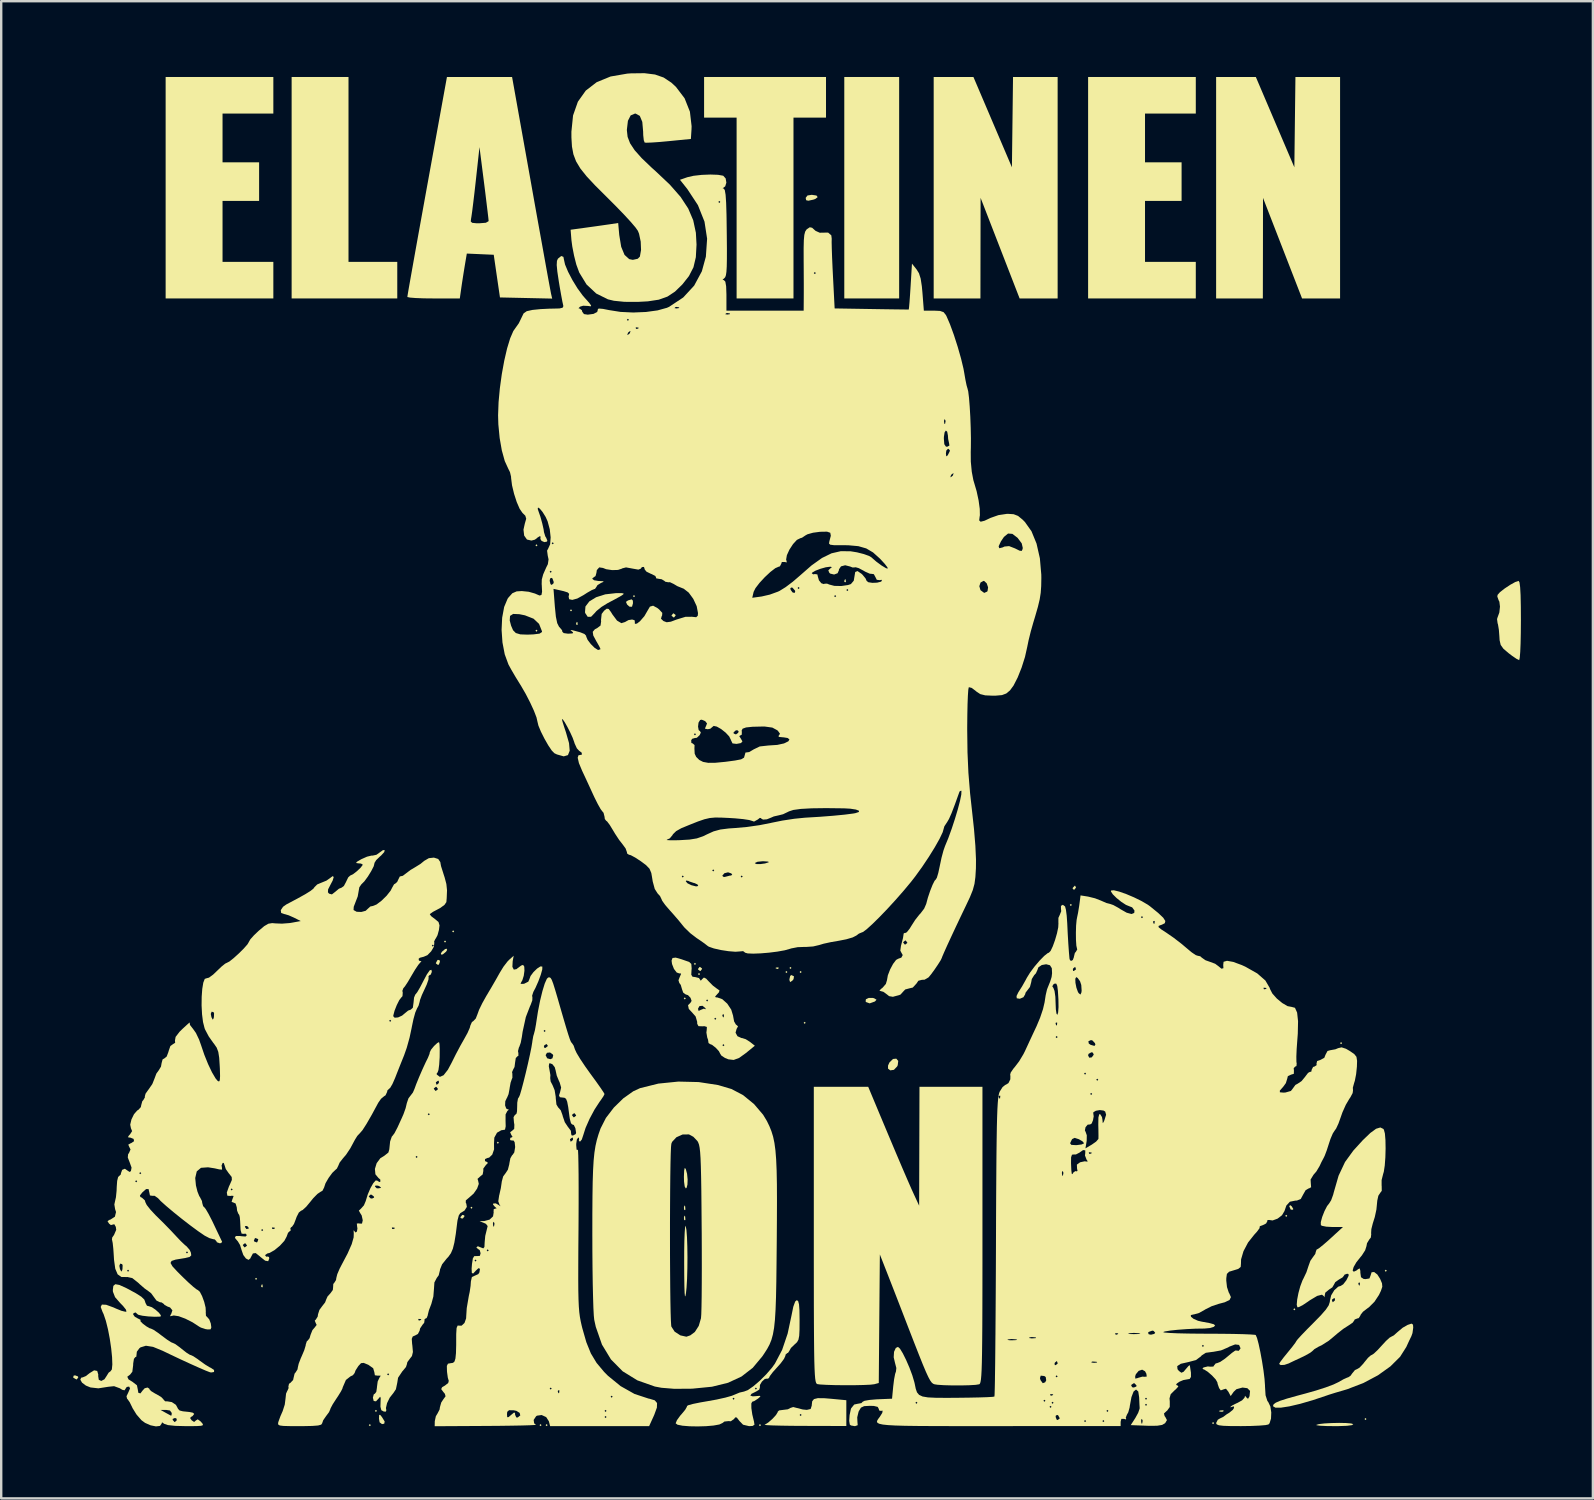
<source format=kicad_pcb>
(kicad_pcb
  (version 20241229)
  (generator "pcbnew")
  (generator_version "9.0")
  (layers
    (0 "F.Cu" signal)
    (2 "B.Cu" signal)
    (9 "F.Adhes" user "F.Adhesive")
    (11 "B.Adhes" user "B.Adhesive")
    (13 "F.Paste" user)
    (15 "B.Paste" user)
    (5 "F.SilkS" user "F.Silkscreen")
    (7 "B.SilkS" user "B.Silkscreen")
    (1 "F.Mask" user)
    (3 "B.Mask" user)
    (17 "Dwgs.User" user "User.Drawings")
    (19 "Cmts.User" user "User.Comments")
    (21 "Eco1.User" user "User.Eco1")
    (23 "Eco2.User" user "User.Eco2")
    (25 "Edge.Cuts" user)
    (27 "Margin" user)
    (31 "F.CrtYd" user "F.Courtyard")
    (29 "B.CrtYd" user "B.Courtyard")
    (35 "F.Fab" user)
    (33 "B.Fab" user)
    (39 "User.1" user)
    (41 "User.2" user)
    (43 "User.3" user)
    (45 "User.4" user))
  (footprint "elAAA"
    (layer "F.Cu")
    (at 29.845 26.235)
    (property "Reference" "elAAA" (at 0 0 0) (layer "F.SilkS") (effects (font (size 1.524 1.524) (thickness 0.3))))
    (attr board_only exclude_from_pos_files exclude_from_bom)
    (fp_poly (pts (xy -22.183 24.003) (xy -22.225 24.045) (xy -22.267 24.003) (xy -22.225 23.961)) (stroke (width 0) (type solid)) (fill yes) (layer "F.SilkS"))
    (fp_poly (pts (xy -17.441 30.099) (xy -17.484 30.141) (xy -17.526 30.099) (xy -17.484 30.057)) (stroke (width 0) (type solid)) (fill yes) (layer "F.SilkS"))
    (fp_poly (pts (xy -17.187 29.506) (xy -17.23 29.549) (xy -17.272 29.506) (xy -17.23 29.464)) (stroke (width 0) (type solid)) (fill yes) (layer "F.SilkS"))
    (fp_poly (pts (xy -14.309 9.948) (xy -14.351 9.991) (xy -14.393 9.948) (xy -14.351 9.906)) (stroke (width 0) (type solid)) (fill yes) (layer "F.SilkS"))
    (fp_poly (pts (xy -13.97 9.525) (xy -14.012 9.567) (xy -14.055 9.525) (xy -14.012 9.483)) (stroke (width 0) (type solid)) (fill yes) (layer "F.SilkS"))
    (fp_poly (pts (xy -13.208 21.04) (xy -13.25 21.082) (xy -13.293 21.04) (xy -13.25 20.997)) (stroke (width 0) (type solid)) (fill yes) (layer "F.SilkS"))
    (fp_poly (pts (xy -12.107 18.33) (xy -12.15 18.373) (xy -12.192 18.33) (xy -12.15 18.288)) (stroke (width 0) (type solid)) (fill yes) (layer "F.SilkS"))
    (fp_poly (pts (xy -10.499 -6.562) (xy -10.541 -6.519) (xy -10.583 -6.562) (xy -10.541 -6.604)) (stroke (width 0) (type solid)) (fill yes) (layer "F.SilkS"))
    (fp_poly (pts (xy -10.499 -3.006) (xy -10.541 -2.963) (xy -10.583 -3.006) (xy -10.541 -3.048)) (stroke (width 0) (type solid)) (fill yes) (layer "F.SilkS"))
    (fp_poly (pts (xy -10.329 30.099) (xy -10.372 30.141) (xy -10.414 30.099) (xy -10.372 30.057)) (stroke (width 0) (type solid)) (fill yes) (layer "F.SilkS"))
    (fp_poly (pts (xy -10.075 30.099) (xy -10.118 30.141) (xy -10.16 30.099) (xy -10.118 30.057)) (stroke (width 0) (type solid)) (fill yes) (layer "F.SilkS"))
    (fp_poly (pts (xy -9.059 -3.852) (xy -9.102 -3.81) (xy -9.144 -3.852) (xy -9.102 -3.895)) (stroke (width 0) (type solid)) (fill yes) (layer "F.SilkS"))
    (fp_poly (pts (xy -6.435 -4.445) (xy -6.477 -4.403) (xy -6.519 -4.445) (xy -6.477 -4.487)) (stroke (width 0) (type solid)) (fill yes) (layer "F.SilkS"))
    (fp_poly (pts (xy -4.318 12.319) (xy -4.36 12.361) (xy -4.403 12.319) (xy -4.36 12.277)) (stroke (width 0) (type solid)) (fill yes) (layer "F.SilkS"))
    (fp_poly (pts (xy -3.895 10.88) (xy -3.937 10.922) (xy -3.979 10.88) (xy -3.937 10.837)) (stroke (width 0) (type solid)) (fill yes) (layer "F.SilkS"))
    (fp_poly (pts (xy -3.725 11.303) (xy -3.768 11.345) (xy -3.81 11.303) (xy -3.768 11.261)) (stroke (width 0) (type solid)) (fill yes) (layer "F.SilkS"))
    (fp_poly (pts (xy -1.185 30.099) (xy -1.228 30.141) (xy -1.27 30.099) (xy -1.228 30.057)) (stroke (width 0) (type solid)) (fill yes) (layer "F.SilkS"))
    (fp_poly (pts (xy -0.085 11.218) (xy -0.127 11.261) (xy -0.169 11.218) (xy -0.127 11.176)) (stroke (width 0) (type solid)) (fill yes) (layer "F.SilkS"))
    (fp_poly (pts (xy 0.085 11.049) (xy 0.042 11.091) (xy 0 11.049) (xy 0.042 11.007)) (stroke (width 0) (type solid)) (fill yes) (layer "F.SilkS"))
    (fp_poly (pts (xy 0.508 11.218) (xy 0.466 11.261) (xy 0.423 11.218) (xy 0.466 11.176)) (stroke (width 0) (type solid)) (fill yes) (layer "F.SilkS"))
    (fp_poly (pts (xy 0.677 13.335) (xy 0.635 13.377) (xy 0.593 13.335) (xy 0.635 13.293)) (stroke (width 0) (type solid)) (fill yes) (layer "F.SilkS"))
    (fp_poly (pts (xy 4.572 -16.849) (xy 2.286 -16.849) (xy 2.286 -26.077) (xy 4.572 -26.077)) (stroke (width 0) (type solid)) (fill yes) (layer "F.SilkS"))
    (fp_poly (pts (xy 11.769 8.424) (xy 11.726 8.467) (xy 11.684 8.424) (xy 11.726 8.382)) (stroke (width 0) (type solid)) (fill yes) (layer "F.SilkS"))
    (fp_poly (pts (xy 17.695 30.014) (xy 17.653 30.057) (xy 17.611 30.014) (xy 17.653 29.972)) (stroke (width 0) (type solid)) (fill yes) (layer "F.SilkS"))
    (fp_poly (pts (xy 20.743 21.378) (xy 20.701 21.421) (xy 20.659 21.378) (xy 20.701 21.336)) (stroke (width 0) (type solid)) (fill yes) (layer "F.SilkS"))
    (fp_poly (pts (xy 21.082 25.273) (xy 21.04 25.315) (xy 20.997 25.273) (xy 21.04 25.231)) (stroke (width 0) (type solid)) (fill yes) (layer "F.SilkS"))
    (fp_poly (pts (xy 23.029 14.182) (xy 22.987 14.224) (xy 22.945 14.182) (xy 22.987 14.139)) (stroke (width 0) (type solid)) (fill yes) (layer "F.SilkS"))
    (fp_poly (pts (xy 24.045 29.845) (xy 24.003 29.887) (xy 23.961 29.845) (xy 24.003 29.803)) (stroke (width 0) (type solid)) (fill yes) (layer "F.SilkS"))
    (fp_poly (pts (xy 24.892 23.664) (xy 24.85 23.707) (xy 24.807 23.664) (xy 24.85 23.622)) (stroke (width 0) (type solid)) (fill yes) (layer "F.SilkS"))
    (fp_poly (pts (xy -21.957 24.243) (xy -21.947 24.343) (xy -21.957 24.356) (xy -22.007 24.344) (xy -22.013 24.299) (xy -21.982 24.23)) (stroke (width 0) (type solid)) (fill yes) (layer "F.SilkS"))
    (fp_poly (pts (xy -18.373 -18.373) (xy -16.341 -18.373) (xy -16.341 -16.849) (xy -20.743 -16.849) (xy -20.743 -26.077) (xy -18.373 -26.077)) (stroke (width 0) (type solid)) (fill yes) (layer "F.SilkS"))
    (fp_poly (pts (xy -8.834 -3.358) (xy -8.823 -3.258) (xy -8.834 -3.246) (xy -8.884 -3.257) (xy -8.89 -3.302) (xy -8.859 -3.372)) (stroke (width 0) (type solid)) (fill yes) (layer "F.SilkS"))
    (fp_poly (pts (xy -4.345 20.981) (xy -4.335 21.114) (xy -4.352 21.144) (xy -4.39 21.118) (xy -4.396 21.033) (xy -4.375 20.942)) (stroke (width 0) (type solid)) (fill yes) (layer "F.SilkS"))
    (fp_poly (pts (xy -4.345 21.405) (xy -4.335 21.537) (xy -4.352 21.567) (xy -4.39 21.542) (xy -4.396 21.456) (xy -4.375 21.366)) (stroke (width 0) (type solid)) (fill yes) (layer "F.SilkS"))
    (fp_poly (pts (xy -0.452 11.035) (xy -0.463 11.085) (xy -0.508 11.091) (xy -0.578 11.06) (xy -0.564 11.035) (xy -0.464 11.025)) (stroke (width 0) (type solid)) (fill yes) (layer "F.SilkS"))
    (fp_poly (pts (xy 2.342 -5.136) (xy 2.353 -5.036) (xy 2.342 -5.024) (xy 2.292 -5.035) (xy 2.286 -5.08) (xy 2.317 -5.15)) (stroke (width 0) (type solid)) (fill yes) (layer "F.SilkS"))
    (fp_poly (pts (xy 18.096 29.498) (xy 18.07 29.536) (xy 17.985 29.542) (xy 17.894 29.521) (xy 17.933 29.491) (xy 18.066 29.481)) (stroke (width 0) (type solid)) (fill yes) (layer "F.SilkS"))
    (fp_poly (pts (xy -13.553 21.358) (xy -13.54 21.397) (xy -13.6 21.477) (xy -13.636 21.493) (xy -13.708 21.466) (xy -13.703 21.425) (xy -13.629 21.337)) (stroke (width 0) (type solid)) (fill yes) (layer "F.SilkS"))
    (fp_poly (pts (xy -29.649 28.069) (xy -29.633 28.109) (xy -29.694 28.192) (xy -29.713 28.194) (xy -29.828 28.132) (xy -29.845 28.109) (xy -29.826 28.037) (xy -29.765 28.025)) (stroke (width 0) (type solid)) (fill yes) (layer "F.SilkS"))
    (fp_poly (pts (xy -16.978 29.765) (xy -16.866 29.948) (xy -16.884 30.039) (xy -16.976 30.057) (xy -17.077 29.982) (xy -17.103 29.829) (xy -17.096 29.674) (xy -17.053 29.672)) (stroke (width 0) (type solid)) (fill yes) (layer "F.SilkS"))
    (fp_poly (pts (xy -14.575 10.73) (xy -14.563 10.79) (xy -14.607 10.906) (xy -14.647 10.922) (xy -14.73 10.861) (xy -14.732 10.842) (xy -14.67 10.728) (xy -14.647 10.71)) (stroke (width 0) (type solid)) (fill yes) (layer "F.SilkS"))
    (fp_poly (pts (xy -14.262 10.296) (xy -14.309 10.372) (xy -14.436 10.478) (xy -14.499 10.499) (xy -14.525 10.448) (xy -14.478 10.372) (xy -14.351 10.265) (xy -14.288 10.245)) (stroke (width 0) (type solid)) (fill yes) (layer "F.SilkS"))
    (fp_poly (pts (xy -6.524 -4.258) (xy -6.519 -4.149) (xy -6.56 -4.002) (xy -6.666 -4.005) (xy -6.765 -4.096) (xy -6.812 -4.205) (xy -6.726 -4.266) (xy -6.575 -4.311)) (stroke (width 0) (type solid)) (fill yes) (layer "F.SilkS"))
    (fp_poly (pts (xy -4.744 -3.661) (xy -4.741 -3.641) (xy -4.806 -3.558) (xy -4.826 -3.556) (xy -4.908 -3.62) (xy -4.911 -3.641) (xy -4.846 -3.723) (xy -4.826 -3.725)) (stroke (width 0) (type solid)) (fill yes) (layer "F.SilkS"))
    (fp_poly (pts (xy -3.643 11.071) (xy -3.641 11.091) (xy -3.705 11.174) (xy -3.725 11.176) (xy -3.808 11.112) (xy -3.81 11.091) (xy -3.746 11.009) (xy -3.725 11.007)) (stroke (width 0) (type solid)) (fill yes) (layer "F.SilkS"))
    (fp_poly (pts (xy 0.189 11.397) (xy 0.172 11.517) (xy 0.118 11.582) (xy 0.027 11.639) (xy 0.000444 11.551) (xy 0 11.518) (xy 0.033 11.379) (xy 0.08 11.345)) (stroke (width 0) (type solid)) (fill yes) (layer "F.SilkS"))
    (fp_poly (pts (xy 1.524 -24.384) (xy 0.169 -24.384) (xy 0.169 -16.849) (xy -2.201 -16.849) (xy -2.201 -24.384) (xy -3.556 -24.384) (xy -3.556 -26.077) (xy 1.524 -26.077)) (stroke (width 0) (type solid)) (fill yes) (layer "F.SilkS"))
    (fp_poly (pts (xy 11.937 7.686) (xy 11.938 7.705) (xy 11.873 7.786) (xy 11.848 7.789) (xy 11.798 7.737) (xy 11.811 7.705) (xy 11.887 7.624) (xy 11.901 7.62)) (stroke (width 0) (type solid)) (fill yes) (layer "F.SilkS"))
    (fp_poly (pts (xy 20.928 20.979) (xy 20.993 21.087) (xy 20.985 21.123) (xy 20.896 21.12) (xy 20.884 21.11) (xy 20.829 20.98) (xy 20.828 20.966) (xy 20.871 20.935)) (stroke (width 0) (type solid)) (fill yes) (layer "F.SilkS"))
    (fp_poly (pts (xy 1.127 -21.138) (xy 1.177 -21.07) (xy 1.073 -20.992) (xy 0.995 -20.966) (xy 0.789 -20.921) (xy 0.698 -20.941) (xy 0.677 -21.037) (xy 0.677 -21.04) (xy 0.753 -21.14) (xy 0.931 -21.167)) (stroke (width 0) (type solid)) (fill yes) (layer "F.SilkS"))
    (fp_poly (pts (xy 3.476 12.298) (xy 3.532 12.314) (xy 3.629 12.372) (xy 3.569 12.439) (xy 3.554 12.449) (xy 3.344 12.525) (xy 3.193 12.47) (xy 3.175 12.445) (xy 3.186 12.354) (xy 3.307 12.297)) (stroke (width 0) (type solid)) (fill yes) (layer "F.SilkS"))
    (fp_poly (pts (xy 4.534 14.923) (xy 4.512 15.104) (xy 4.488 15.154) (xy 4.354 15.294) (xy 4.201 15.316) (xy 4.108 15.243) (xy 4.109 15.117) (xy 4.166 14.989) (xy 4.315 14.842) (xy 4.453 14.828)) (stroke (width 0) (type solid)) (fill yes) (layer "F.SilkS"))
    (fp_poly (pts (xy -21.505 -24.553) (xy -23.622 -24.553) (xy -23.622 -22.521) (xy -22.098 -22.521) (xy -22.098 -20.913) (xy -23.622 -20.913) (xy -23.622 -18.373) (xy -21.505 -18.373) (xy -21.505 -16.849) (xy -25.993 -16.849) (xy -25.993 -26.077) (xy -21.505 -26.077)) (stroke (width 0) (type solid)) (fill yes) (layer "F.SilkS"))
    (fp_poly (pts (xy -4.32 19.426) (xy -4.318 19.431) (xy -4.265 19.627) (xy -4.242 19.862) (xy -4.25 20.077) (xy -4.287 20.214) (xy -4.318 20.235) (xy -4.363 20.158) (xy -4.391 19.957) (xy -4.397 19.748) (xy -4.386 19.486) (xy -4.362 19.382)) (stroke (width 0) (type solid)) (fill yes) (layer "F.SilkS"))
    (fp_poly (pts (xy 16.933 -24.553) (xy 14.817 -24.553) (xy 14.817 -22.521) (xy 16.341 -22.521) (xy 16.341 -20.913) (xy 14.817 -20.913) (xy 14.817 -18.373) (xy 16.933 -18.373) (xy 16.933 -16.849) (xy 12.446 -16.849) (xy 12.446 -26.077) (xy 16.933 -26.077)) (stroke (width 0) (type solid)) (fill yes) (layer "F.SilkS"))
    (fp_poly (pts (xy 8.469 -24.196) (xy 9.271 -22.314) (xy 9.317 -26.077) (xy 11.176 -26.077) (xy 11.176 -16.849) (xy 9.592 -16.849) (xy 8.779 -18.944) (xy 7.966 -21.04) (xy 7.962 -18.944) (xy 7.959 -16.849) (xy 6.011 -16.849) (xy 6.011 -26.077) (xy 6.839 -26.077) (xy 7.667 -26.077)) (stroke (width 0) (type solid)) (fill yes) (layer "F.SilkS"))
    (fp_poly (pts (xy 20.237 -24.196) (xy 21.04 -22.314) (xy 21.062 -24.196) (xy 21.085 -26.077) (xy 22.945 -26.077) (xy 22.945 -16.849) (xy 21.361 -16.849) (xy 19.734 -21.04) (xy 19.731 -18.944) (xy 19.727 -16.849) (xy 17.78 -16.849) (xy 17.78 -26.077) (xy 18.608 -26.077) (xy 19.435 -26.077)) (stroke (width 0) (type solid)) (fill yes) (layer "F.SilkS"))
    (fp_poly (pts (xy 23.196 30.012) (xy 23.409 30.03) (xy 23.496 30.058) (xy 23.443 30.099) (xy 23.234 30.127) (xy 22.885 30.14) (xy 22.724 30.141) (xy 22.381 30.137) (xy 22.118 30.124) (xy 21.97 30.105) (xy 21.951 30.091) (xy 22.064 30.056) (xy 22.293 30.029) (xy 22.59 30.013) (xy 22.907 30.006)) (stroke (width 0) (type solid)) (fill yes) (layer "F.SilkS"))
    (fp_poly (pts (xy -6.984 -4.569) (xy -6.908 -4.555) (xy -6.925 -4.515) (xy -7.049 -4.435) (xy -7.296 -4.3) (xy -7.582 -4.149) (xy -7.837 -3.991) (xy -8.041 -3.824) (xy -8.107 -3.747) (xy -8.265 -3.585) (xy -8.406 -3.583) (xy -8.508 -3.737) (xy -8.518 -3.772) (xy -8.5 -4.012) (xy -8.337 -4.226) (xy -8.053 -4.399) (xy -7.674 -4.519) (xy -7.222 -4.57) (xy -7.138 -4.571)) (stroke (width 0) (type solid)) (fill yes) (layer "F.SilkS"))
    (fp_poly (pts (xy -4.323 21.802) (xy -4.292 21.967) (xy -4.269 22.264) (xy -4.255 22.653) (xy -4.249 23.096) (xy -4.253 23.555) (xy -4.265 23.993) (xy -4.287 24.37) (xy -4.311 24.596) (xy -4.334 24.726) (xy -4.353 24.728) (xy -4.367 24.592) (xy -4.377 24.31) (xy -4.383 23.874) (xy -4.386 23.368) (xy -4.385 22.854) (xy -4.378 22.419) (xy -4.365 22.082) (xy -4.349 21.867) (xy -4.33 21.793)) (stroke (width 0) (type solid)) (fill yes) (layer "F.SilkS"))
    (fp_poly (pts (xy 30.421 -5.017) (xy 30.448 -4.822) (xy 30.467 -4.485) (xy 30.477 -3.997) (xy 30.48 -3.429) (xy 30.476 -2.921) (xy 30.467 -2.477) (xy 30.452 -2.121) (xy 30.432 -1.88) (xy 30.41 -1.779) (xy 30.407 -1.778) (xy 30.305 -1.827) (xy 30.12 -1.952) (xy 29.966 -2.069) (xy 29.75 -2.254) (xy 29.638 -2.411) (xy 29.593 -2.605) (xy 29.583 -2.768) (xy 29.562 -3.041) (xy 29.526 -3.26) (xy 29.508 -3.319) (xy 29.486 -3.489) (xy 29.507 -3.557) (xy 29.581 -3.761) (xy 29.608 -4.007) (xy 29.583 -4.213) (xy 29.553 -4.27) (xy 29.497 -4.428) (xy 29.509 -4.498) (xy 29.608 -4.61) (xy 29.801 -4.761) (xy 30.033 -4.915) (xy 30.247 -5.034) (xy 30.385 -5.08)) (stroke (width 0) (type solid)) (fill yes) (layer "F.SilkS"))
    (fp_poly (pts (xy 1.458 28.978) (xy 1.739 29.001) (xy 2.371 29.061) (xy 2.371 30.136) (xy 0.614 30.131) (xy 0.098 30.128) (xy -0.348 30.121) (xy -0.701 30.112) (xy -0.937 30.1) (xy -1.034 30.087) (xy -1.032 30.083) (xy -0.882 29.99) (xy -0.709 29.84) (xy -0.562 29.68) (xy -0.559 29.676) (xy 0.423 29.676) (xy 0.466 29.718) (xy 0.508 29.676) (xy 0.466 29.633) (xy 0.423 29.676) (xy -0.559 29.676) (xy -0.488 29.559) (xy -0.487 29.538) (xy -0.429 29.486) (xy -0.262 29.464) (xy -0.259 29.464) (xy -0.064 29.439) (xy 0.04 29.383) (xy 0.158 29.345) (xy 0.305 29.383) (xy 0.553 29.447) (xy 0.725 29.464) (xy 0.884 29.427) (xy 0.931 29.283) (xy 0.931 29.257) (xy 0.949 29.105) (xy 1.023 29.014) (xy 1.182 28.975)) (stroke (width 0) (type solid)) (fill yes) (layer "F.SilkS"))
    (fp_poly (pts (xy 25.984 25.912) (xy 25.993 26.038) (xy 25.962 26.265) (xy 25.915 26.396) (xy 25.829 26.571) (xy 25.721 26.807) (xy 25.707 26.839) (xy 25.446 27.251) (xy 25.042 27.652) (xy 24.523 28.023) (xy 23.914 28.346) (xy 23.244 28.603) (xy 23.064 28.657) (xy 22.762 28.745) (xy 22.483 28.832) (xy 22.394 28.863) (xy 21.808 29.059) (xy 21.281 29.212) (xy 20.833 29.317) (xy 20.483 29.371) (xy 20.25 29.371) (xy 20.152 29.312) (xy 20.151 29.298) (xy 20.177 29.23) (xy 20.269 29.162) (xy 20.448 29.085) (xy 20.736 28.992) (xy 21.154 28.875) (xy 21.505 28.781) (xy 21.939 28.658) (xy 22.341 28.529) (xy 22.668 28.407) (xy 22.876 28.308) (xy 22.879 28.306) (xy 23.091 28.186) (xy 23.247 28.116) (xy 23.279 28.109) (xy 23.38 28.043) (xy 23.453 27.94) (xy 23.565 27.805) (xy 23.646 27.768) (xy 23.756 27.704) (xy 23.907 27.544) (xy 23.961 27.474) (xy 24.11 27.293) (xy 24.23 27.189) (xy 24.257 27.179) (xy 24.354 27.118) (xy 24.518 26.962) (xy 24.67 26.796) (xy 24.858 26.592) (xy 25.008 26.455) (xy 25.076 26.416) (xy 25.183 26.36) (xy 25.335 26.224) (xy 25.341 26.218) (xy 25.555 26.04) (xy 25.76 25.923) (xy 25.923 25.869)) (stroke (width 0) (type solid)) (fill yes) (layer "F.SilkS"))
    (fp_poly (pts (xy -11.557 -26.077) (xy -10.766 -21.653) (xy -10.615 -20.804) (xy -10.471 -20.002) (xy -10.337 -19.262) (xy -10.218 -18.601) (xy -10.116 -18.034) (xy -10.033 -17.579) (xy -9.972 -17.251) (xy -9.937 -17.067) (xy -9.931 -17.037) (xy -9.886 -16.843) (xy -10.974 -16.867) (xy -12.062 -16.891) (xy -12.192 -17.78) (xy -12.321 -18.669) (xy -12.882 -18.694) (xy -13.443 -18.719) (xy -13.533 -18.186) (xy -13.592 -17.821) (xy -13.649 -17.452) (xy -13.678 -17.251) (xy -13.735 -16.849) (xy -14.826 -16.849) (xy -15.234 -16.853) (xy -15.573 -16.866) (xy -15.812 -16.885) (xy -15.919 -16.908) (xy -15.921 -16.912) (xy -15.907 -17.005) (xy -15.866 -17.249) (xy -15.799 -17.629) (xy -15.71 -18.13) (xy -15.602 -18.735) (xy -15.477 -19.431) (xy -15.364 -20.056) (xy -13.279 -20.056) (xy -13.219 -20) (xy -13.046 -19.982) (xy -12.921 -19.981) (xy -12.649 -20.003) (xy -12.537 -20.068) (xy -12.535 -20.087) (xy -12.546 -20.202) (xy -12.576 -20.456) (xy -12.62 -20.819) (xy -12.674 -21.262) (xy -12.726 -21.675) (xy -12.915 -23.156) (xy -13.068 -21.759) (xy -13.122 -21.278) (xy -13.174 -20.844) (xy -13.218 -20.491) (xy -13.252 -20.252) (xy -13.266 -20.172) (xy -13.279 -20.056) (xy -15.364 -20.056) (xy -15.338 -20.2) (xy -15.188 -21.029) (xy -15.098 -21.526) (xy -14.271 -26.077)) (stroke (width 0) (type solid)) (fill yes) (layer "F.SilkS"))
    (fp_poly (pts (xy 3.752 17.124) (xy 4.127 18.018) (xy 4.443 18.768) (xy 4.705 19.383) (xy 4.917 19.875) (xy 5.084 20.256) (xy 5.19 20.489) (xy 5.405 20.955) (xy 5.419 16.002) (xy 8.043 16.002) (xy 8.043 22.174) (xy 8.043 23.351) (xy 8.042 24.371) (xy 8.04 25.244) (xy 8.037 25.982) (xy 8.032 26.596) (xy 8.026 27.097) (xy 8.018 27.496) (xy 8.008 27.805) (xy 7.995 28.035) (xy 7.98 28.198) (xy 7.961 28.305) (xy 7.94 28.366) (xy 7.915 28.394) (xy 7.909 28.397) (xy 7.759 28.421) (xy 7.487 28.437) (xy 7.144 28.445) (xy 6.778 28.444) (xy 6.437 28.435) (xy 6.17 28.417) (xy 6.047 28.398) (xy 5.989 28.375) (xy 5.931 28.328) (xy 5.867 28.24) (xy 5.788 28.096) (xy 5.688 27.879) (xy 5.559 27.573) (xy 5.394 27.161) (xy 5.185 26.629) (xy 4.925 25.959) (xy 4.84 25.739) (xy 4.643 25.229) (xy 4.442 24.71) (xy 4.255 24.23) (xy 4.102 23.838) (xy 4.051 23.707) (xy 3.768 22.987) (xy 3.745 25.666) (xy 3.723 28.344) (xy 3.534 28.395) (xy 3.373 28.414) (xy 3.087 28.427) (xy 2.718 28.435) (xy 2.31 28.436) (xy 1.905 28.432) (xy 1.549 28.421) (xy 1.282 28.406) (xy 1.164 28.39) (xy 1.136 28.375) (xy 1.112 28.338) (xy 1.091 28.268) (xy 1.073 28.154) (xy 1.059 27.983) (xy 1.047 27.745) (xy 1.037 27.427) (xy 1.03 27.02) (xy 1.025 26.51) (xy 1.021 25.887) (xy 1.018 25.139) (xy 1.017 24.255) (xy 1.016 23.223) (xy 1.016 22.176) (xy 1.016 16.002) (xy 3.283 16.002)) (stroke (width 0) (type solid)) (fill yes) (layer "F.SilkS"))
    (fp_poly (pts (xy -5.6 -26.18) (xy -5.24 -26.054) (xy -4.921 -25.842) (xy -4.729 -25.665) (xy -4.368 -25.189) (xy -4.147 -24.632) (xy -4.076 -24.025) (xy -4.08 -23.901) (xy -4.106 -23.495) (xy -5.038 -23.403) (xy -5.419 -23.368) (xy -5.737 -23.346) (xy -5.955 -23.338) (xy -6.032 -23.344) (xy -6.069 -23.441) (xy -6.092 -23.651) (xy -6.096 -23.802) (xy -6.131 -24.206) (xy -6.235 -24.456) (xy -6.409 -24.552) (xy -6.435 -24.553) (xy -6.616 -24.476) (xy -6.73 -24.251) (xy -6.773 -23.885) (xy -6.773 -23.852) (xy -6.743 -23.582) (xy -6.64 -23.314) (xy -6.45 -23.026) (xy -6.156 -22.696) (xy -5.743 -22.301) (xy -5.567 -22.143) (xy -4.982 -21.59) (xy -4.537 -21.083) (xy -4.217 -20.596) (xy -4.009 -20.106) (xy -3.898 -19.586) (xy -3.871 -19.092) (xy -3.9 -18.566) (xy -3.999 -18.147) (xy -4.188 -17.78) (xy -4.462 -17.433) (xy -4.77 -17.133) (xy -5.083 -16.926) (xy -5.446 -16.797) (xy -5.9 -16.728) (xy -6.308 -16.706) (xy -6.877 -16.708) (xy -7.313 -16.752) (xy -7.563 -16.812) (xy -8.051 -17.054) (xy -8.455 -17.432) (xy -8.758 -17.928) (xy -8.88 -18.26) (xy -8.974 -18.632) (xy -9.048 -19.013) (xy -9.083 -19.275) (xy -9.118 -19.712) (xy -8.432 -19.806) (xy -8.064 -19.857) (xy -7.72 -19.906) (xy -7.468 -19.942) (xy -7.442 -19.946) (xy -7.136 -19.992) (xy -7.091 -19.492) (xy -7.01 -19) (xy -6.871 -18.664) (xy -6.675 -18.487) (xy -6.526 -18.457) (xy -6.322 -18.502) (xy -6.232 -18.591) (xy -6.183 -18.87) (xy -6.197 -19.217) (xy -6.267 -19.547) (xy -6.316 -19.668) (xy -6.418 -19.812) (xy -6.621 -20.049) (xy -6.903 -20.355) (xy -7.243 -20.706) (xy -7.617 -21.08) (xy -7.619 -21.082) (xy -8.09 -21.551) (xy -8.449 -21.935) (xy -8.711 -22.263) (xy -8.89 -22.561) (xy -9.002 -22.856) (xy -9.062 -23.178) (xy -9.084 -23.552) (xy -9.085 -23.796) (xy -9.016 -24.475) (xy -8.815 -25.047) (xy -8.487 -25.509) (xy -8.032 -25.86) (xy -7.454 -26.097) (xy -6.753 -26.218) (xy -6.604 -26.228) (xy -6.041 -26.235)) (stroke (width 0) (type solid)) (fill yes) (layer "F.SilkS"))
    (fp_poly (pts (xy 0.363 24.931) (xy 0.399 25.063) (xy 0.417 25.313) (xy 0.423 25.707) (xy 0.423 25.733) (xy 0.421 26.12) (xy 0.408 26.375) (xy 0.376 26.537) (xy 0.318 26.642) (xy 0.226 26.728) (xy 0.212 26.74) (xy 0.064 26.883) (xy 0.00004 26.998) (xy 0 27) (xy -0.059 27.089) (xy -0.085 27.093) (xy -0.161 27.161) (xy -0.169 27.213) (xy -0.225 27.336) (xy -0.367 27.528) (xy -0.508 27.686) (xy -0.692 27.891) (xy -0.815 28.053) (xy -0.847 28.121) (xy -0.897 28.169) (xy -0.92 28.159) (xy -1.026 28.176) (xy -1.147 28.286) (xy -1.23 28.428) (xy -1.231 28.527) (xy -1.257 28.619) (xy -1.384 28.697) (xy -1.58 28.794) (xy -1.63 28.868) (xy -1.53 28.9) (xy -1.414 28.893) (xy -1.237 28.878) (xy -1.208 28.905) (xy -1.307 28.993) (xy -1.307 28.993) (xy -1.463 29.095) (xy -1.551 29.125) (xy -1.588 29.199) (xy -1.586 29.391) (xy -1.548 29.652) (xy -1.48 29.938) (xy -1.476 29.951) (xy -1.457 30.083) (xy -1.538 30.134) (xy -1.682 30.141) (xy -1.932 30.082) (xy -2.086 29.923) (xy -2.193 29.783) (xy -2.261 29.777) (xy -2.306 29.842) (xy -2.443 29.939) (xy -2.534 29.931) (xy -2.71 29.95) (xy -2.792 30.012) (xy -2.919 30.072) (xy -3.16 30.116) (xy -3.474 30.143) (xy -3.822 30.153) (xy -4.163 30.147) (xy -4.457 30.123) (xy -4.663 30.082) (xy -4.741 30.024) (xy -4.741 30.023) (xy -4.687 29.893) (xy -4.551 29.705) (xy -4.488 29.634) (xy -4.342 29.457) (xy -4.27 29.33) (xy -4.271 29.303) (xy -4.208 29.267) (xy -4.011 29.214) (xy -3.711 29.153) (xy -3.428 29.104) (xy -3.032 29.033) (xy -2.877 28.998) (xy -2.371 28.998) (xy -2.328 29.041) (xy -2.286 28.998) (xy -2.328 28.956) (xy -2.371 28.998) (xy -2.877 28.998) (xy -2.672 28.953) (xy -2.4 28.876) (xy -2.295 28.833) (xy -2.076 28.742) (xy -1.901 28.702) (xy -1.897 28.702) (xy -1.735 28.641) (xy -1.64 28.575) (xy -1.439 28.575) (xy -1.397 28.617) (xy -1.355 28.575) (xy -1.397 28.533) (xy -1.439 28.575) (xy -1.64 28.575) (xy -1.502 28.479) (xy -1.233 28.248) (xy -0.962 27.978) (xy -0.724 27.702) (xy -0.603 27.533) (xy -0.304 26.964) (xy -0.075 26.287) (xy 0.083 25.548) (xy 0.161 25.166) (xy 0.24 24.949) (xy 0.308 24.892)) (stroke (width 0) (type solid)) (fill yes) (layer "F.SilkS"))
    (fp_poly (pts (xy -3.782 15.804) (xy -2.974 15.928) (xy -2.414 16.094) (xy -1.931 16.348) (xy -1.474 16.722) (xy -1.096 17.166) (xy -0.938 17.428) (xy -0.835 17.641) (xy -0.75 17.853) (xy -0.68 18.08) (xy -0.625 18.341) (xy -0.583 18.651) (xy -0.553 19.029) (xy -0.533 19.492) (xy -0.522 20.056) (xy -0.519 20.74) (xy -0.522 21.561) (xy -0.528 22.429) (xy -0.537 23.355) (xy -0.546 24.128) (xy -0.559 24.767) (xy -0.578 25.289) (xy -0.604 25.71) (xy -0.64 26.049) (xy -0.689 26.323) (xy -0.751 26.548) (xy -0.83 26.743) (xy -0.928 26.925) (xy -1.046 27.11) (xy -1.13 27.234) (xy -1.527 27.71) (xy -1.996 28.073) (xy -2.557 28.334) (xy -3.227 28.499) (xy -4.027 28.578) (xy -4.149 28.583) (xy -4.812 28.585) (xy -5.33 28.543) (xy -5.607 28.491) (xy -6.337 28.233) (xy -6.947 27.857) (xy -7.437 27.361) (xy -7.811 26.744) (xy -8.069 26.004) (xy -8.134 25.709) (xy -8.152 25.529) (xy -8.169 25.202) (xy -8.183 24.749) (xy -8.196 24.194) (xy -8.205 23.559) (xy -8.211 22.865) (xy -8.212 22.355) (xy -4.977 22.355) (xy -4.976 23.058) (xy -4.972 23.734) (xy -4.967 24.361) (xy -4.96 24.917) (xy -4.951 25.381) (xy -4.94 25.73) (xy -4.927 25.943) (xy -4.92 25.992) (xy -4.784 26.203) (xy -4.545 26.359) (xy -4.293 26.415) (xy -4.131 26.359) (xy -3.947 26.222) (xy -3.94 26.215) (xy -3.778 25.963) (xy -3.685 25.643) (xy -3.673 25.478) (xy -3.664 25.164) (xy -3.657 24.722) (xy -3.653 24.172) (xy -3.651 23.536) (xy -3.652 22.833) (xy -3.655 22.084) (xy -3.657 21.882) (xy -3.664 21.028) (xy -3.671 20.326) (xy -3.68 19.76) (xy -3.691 19.315) (xy -3.704 18.974) (xy -3.721 18.72) (xy -3.742 18.538) (xy -3.768 18.41) (xy -3.801 18.321) (xy -3.832 18.264) (xy -4.002 18.085) (xy -4.186 17.985) (xy -4.454 17.989) (xy -4.71 18.104) (xy -4.888 18.295) (xy -4.92 18.373) (xy -4.934 18.507) (xy -4.946 18.789) (xy -4.956 19.197) (xy -4.964 19.708) (xy -4.97 20.301) (xy -4.974 20.955) (xy -4.977 21.647) (xy -4.977 22.355) (xy -8.212 22.355) (xy -8.213 22.183) (xy -8.212 21.302) (xy -8.207 20.571) (xy -8.198 19.97) (xy -8.182 19.478) (xy -8.159 19.077) (xy -8.126 18.747) (xy -8.082 18.468) (xy -8.026 18.22) (xy -7.956 17.983) (xy -7.87 17.737) (xy -7.869 17.735) (xy -7.647 17.299) (xy -7.317 16.868) (xy -6.923 16.483) (xy -6.507 16.188) (xy -6.225 16.058) (xy -5.461 15.868) (xy -4.629 15.784)) (stroke (width 0) (type solid)) (fill yes) (layer "F.SilkS"))
    (fp_poly (pts (xy -4.485 10.691) (xy -4.466 10.698) (xy -4.26 10.77) (xy -4.182 10.796) (xy -4.089 10.88) (xy -4.074 11.073) (xy -4.08 11.135) (xy -4.09 11.333) (xy -4.038 11.415) (xy -3.92 11.43) (xy -3.769 11.469) (xy -3.724 11.536) (xy -3.694 11.581) (xy -3.637 11.515) (xy -3.563 11.448) (xy -3.469 11.495) (xy -3.363 11.609) (xy -3.186 11.788) (xy -3.021 11.912) (xy -3.019 11.912) (xy -2.913 11.987) (xy -2.942 12.07) (xy -3.004 12.136) (xy -3.097 12.242) (xy -3.066 12.275) (xy -3.007 12.277) (xy -2.798 12.35) (xy -2.59 12.537) (xy -2.425 12.786) (xy -2.346 13.046) (xy -2.345 13.063) (xy -2.305 13.279) (xy -2.229 13.41) (xy -2.213 13.419) (xy -2.142 13.482) (xy -2.202 13.59) (xy -2.245 13.747) (xy -2.165 13.894) (xy -1.998 13.969) (xy -1.971 13.97) (xy -1.819 14.019) (xy -1.644 14.13) (xy -1.441 14.29) (xy -1.814 14.595) (xy -2.097 14.799) (xy -2.324 14.882) (xy -2.546 14.856) (xy -2.688 14.798) (xy -2.833 14.703) (xy -2.879 14.634) (xy -2.939 14.517) (xy -3.076 14.369) (xy -3.208 14.266) (xy -2.794 14.266) (xy -2.752 14.309) (xy -2.709 14.266) (xy -2.752 14.224) (xy -2.794 14.266) (xy -3.208 14.266) (xy -3.225 14.253) (xy -3.302 14.224) (xy -3.374 14.177) (xy -3.373 14.161) (xy -3.392 14.037) (xy -3.425 13.948) (xy -3.46 13.74) (xy -3.446 13.628) (xy -3.44 13.507) (xy -3.543 13.475) (xy -3.627 13.481) (xy -3.791 13.474) (xy -3.843 13.375) (xy -3.844 13.295) (xy -3.881 13.166) (xy -3.133 13.166) (xy -3.09 13.208) (xy -3.048 13.166) (xy -3.09 13.123) (xy -3.133 13.166) (xy -3.881 13.166) (xy -3.91 13.069) (xy -3.936 13.039) (xy -2.794 13.039) (xy -2.763 13.108) (xy -2.738 13.095) (xy -2.727 12.995) (xy -2.738 12.982) (xy -2.788 12.994) (xy -2.794 13.039) (xy -3.936 13.039) (xy -4.034 12.929) (xy -4.194 12.754) (xy -4.194 12.753) (xy -3.81 12.753) (xy -3.783 12.842) (xy -3.696 12.796) (xy -3.566 12.745) (xy -3.513 12.764) (xy -3.484 12.766) (xy -3.505 12.721) (xy -3.622 12.626) (xy -3.749 12.638) (xy -3.81 12.749) (xy -3.81 12.753) (xy -4.194 12.753) (xy -4.225 12.601) (xy -4.128 12.506) (xy -4.076 12.423) (xy -4.083 12.404) (xy -3.471 12.404) (xy -3.429 12.446) (xy -3.387 12.404) (xy -3.429 12.361) (xy -3.471 12.404) (xy -4.083 12.404) (xy -4.121 12.294) (xy -4.226 12.183) (xy -4.327 12.15) (xy -4.426 12.077) (xy -4.475 11.938) (xy -4.528 11.756) (xy -4.589 11.674) (xy -4.623 11.561) (xy -4.573 11.431) (xy -4.514 11.296) (xy -4.552 11.27) (xy -4.584 11.279) (xy -4.697 11.239) (xy -4.812 11.089) (xy -4.892 10.884) (xy -4.911 10.744) (xy -4.872 10.634) (xy -4.738 10.618)) (stroke (width 0) (type solid)) (fill yes) (layer "F.SilkS"))
    (fp_poly (pts (xy 24.747 17.756) (xy 24.771 17.79) (xy 24.813 17.948) (xy 24.836 18.225) (xy 24.842 18.573) (xy 24.832 18.941) (xy 24.807 19.281) (xy 24.767 19.544) (xy 24.74 19.634) (xy 24.676 19.888) (xy 24.676 20.12) (xy 24.679 20.133) (xy 24.682 20.336) (xy 24.622 20.415) (xy 24.54 20.54) (xy 24.494 20.751) (xy 24.494 20.761) (xy 24.459 21.116) (xy 24.392 21.428) (xy 24.307 21.699) (xy 24.248 21.933) (xy 24.238 22.111) (xy 24.244 22.138) (xy 24.226 22.284) (xy 24.167 22.356) (xy 24.067 22.52) (xy 24.045 22.64) (xy 23.99 22.814) (xy 23.853 23.028) (xy 23.798 23.094) (xy 23.624 23.313) (xy 23.509 23.513) (xy 23.469 23.657) (xy 23.515 23.707) (xy 23.633 23.653) (xy 23.69 23.605) (xy 23.762 23.568) (xy 23.789 23.669) (xy 23.791 23.753) (xy 23.817 23.936) (xy 23.924 24.006) (xy 24.003 24.015) (xy 24.168 23.988) (xy 24.215 23.867) (xy 24.258 23.73) (xy 24.364 23.719) (xy 24.498 23.823) (xy 24.612 24.002) (xy 24.692 24.189) (xy 24.705 24.333) (xy 24.646 24.507) (xy 24.565 24.675) (xy 24.379 24.957) (xy 24.148 25.188) (xy 24.084 25.233) (xy 23.899 25.375) (xy 23.798 25.505) (xy 23.791 25.534) (xy 23.723 25.64) (xy 23.664 25.654) (xy 23.552 25.699) (xy 23.537 25.736) (xy 23.47 25.83) (xy 23.308 25.94) (xy 23.305 25.942) (xy 23.085 26.083) (xy 22.846 26.27) (xy 22.808 26.304) (xy 22.475 26.582) (xy 22.182 26.768) (xy 22.043 26.834) (xy 21.877 26.931) (xy 21.808 26.998) (xy 21.706 27.08) (xy 21.502 27.196) (xy 21.355 27.268) (xy 21.095 27.389) (xy 20.88 27.491) (xy 20.808 27.527) (xy 20.627 27.588) (xy 20.47 27.596) (xy 20.405 27.55) (xy 20.455 27.463) (xy 20.587 27.287) (xy 20.765 27.068) (xy 20.948 26.843) (xy 21.078 26.671) (xy 21.126 26.591) (xy 21.183 26.516) (xy 21.337 26.348) (xy 21.564 26.112) (xy 21.824 25.851) (xy 22.143 25.525) (xy 22.352 25.286) (xy 22.471 25.107) (xy 22.518 24.963) (xy 22.521 24.914) (xy 22.527 24.892) (xy 22.606 24.892) (xy 22.635 24.974) (xy 22.643 24.977) (xy 22.716 24.917) (xy 22.733 24.892) (xy 22.726 24.814) (xy 22.696 24.807) (xy 22.609 24.869) (xy 22.606 24.892) (xy 22.527 24.892) (xy 22.574 24.691) (xy 22.704 24.477) (xy 22.868 24.33) (xy 22.969 24.299) (xy 23.077 24.231) (xy 23.089 24.215) (xy 23.707 24.215) (xy 23.738 24.284) (xy 23.763 24.271) (xy 23.773 24.171) (xy 23.763 24.158) (xy 23.713 24.17) (xy 23.707 24.215) (xy 23.089 24.215) (xy 23.203 24.068) (xy 23.216 24.045) (xy 23.302 23.873) (xy 23.296 23.802) (xy 23.237 23.791) (xy 23.127 23.831) (xy 23.114 23.862) (xy 23.046 23.946) (xy 22.902 24.03) (xy 22.746 24.139) (xy 22.691 24.242) (xy 22.622 24.359) (xy 22.486 24.45) (xy 22.329 24.58) (xy 22.304 24.697) (xy 22.309 24.777) (xy 22.292 24.745) (xy 22.192 24.664) (xy 21.993 24.714) (xy 21.69 24.894) (xy 21.601 24.957) (xy 21.385 25.101) (xy 21.223 25.182) (xy 21.167 25.189) (xy 21.139 25.084) (xy 21.157 24.869) (xy 21.21 24.595) (xy 21.287 24.312) (xy 21.378 24.069) (xy 21.418 23.992) (xy 21.543 23.729) (xy 21.629 23.469) (xy 21.629 23.469) (xy 21.707 23.252) (xy 21.807 23.109) (xy 21.912 22.965) (xy 21.929 22.892) (xy 21.966 22.784) (xy 21.992 22.773) (xy 22.08 22.718) (xy 22.257 22.575) (xy 22.49 22.371) (xy 22.56 22.307) (xy 23.065 21.844) (xy 22.629 21.844) (xy 22.372 21.83) (xy 22.191 21.794) (xy 22.144 21.765) (xy 22.142 21.638) (xy 22.2 21.424) (xy 22.295 21.182) (xy 22.403 20.972) (xy 22.488 20.864) (xy 22.573 20.729) (xy 22.657 20.499) (xy 22.683 20.398) (xy 22.883 19.705) (xy 23.151 19.136) (xy 23.495 18.662) (xy 23.893 18.225) (xy 24.207 17.924) (xy 24.447 17.749) (xy 24.624 17.696)) (stroke (width 0) (type solid)) (fill yes) (layer "F.SilkS"))
    (fp_poly (pts (xy -27.92 24.258) (xy -27.638 24.386) (xy -27.595 24.408) (xy -27.234 24.603) (xy -27.004 24.75) (xy -26.881 24.869) (xy -26.84 24.98) (xy -26.839 24.997) (xy -26.771 25.124) (xy -26.685 25.146) (xy -26.563 25.188) (xy -26.413 25.291) (xy -26.275 25.414) (xy -26.192 25.522) (xy -26.205 25.576) (xy -26.211 25.577) (xy -26.446 25.584) (xy -26.714 25.57) (xy -26.959 25.541) (xy -27.125 25.503) (xy -27.164 25.478) (xy -27.245 25.404) (xy -27.332 25.434) (xy -27.347 25.487) (xy -27.278 25.583) (xy -27.157 25.651) (xy -27.04 25.71) (xy -27.041 25.733) (xy -27.04 25.776) (xy -26.945 25.871) (xy -26.805 25.977) (xy -26.67 26.058) (xy -26.605 26.077) (xy -26.499 26.126) (xy -26.311 26.253) (xy -26.153 26.373) (xy -25.934 26.536) (xy -25.763 26.646) (xy -25.696 26.673) (xy -25.585 26.726) (xy -25.405 26.857) (xy -25.319 26.927) (xy -25.127 27.078) (xy -24.984 27.168) (xy -24.95 27.178) (xy -24.843 27.226) (xy -24.659 27.348) (xy -24.566 27.418) (xy -24.345 27.576) (xy -24.158 27.69) (xy -24.109 27.712) (xy -23.975 27.801) (xy -23.976 27.885) (xy -24.098 27.906) (xy -24.151 27.894) (xy -24.315 27.831) (xy -24.596 27.71) (xy -24.962 27.546) (xy -25.379 27.354) (xy -25.812 27.149) (xy -26.12 27.001) (xy -26.517 26.838) (xy -26.815 26.791) (xy -27.037 26.858) (xy -27.084 26.893) (xy -27.193 27.039) (xy -27.204 27.148) (xy -27.215 27.249) (xy -27.254 27.263) (xy -27.314 27.338) (xy -27.345 27.532) (xy -27.347 27.604) (xy -27.381 27.875) (xy -27.474 27.994) (xy -27.591 28.082) (xy -27.541 28.192) (xy -27.369 28.299) (xy -27.189 28.44) (xy -27.156 28.6) (xy -27.13 28.753) (xy -27.044 28.777) (xy -26.955 28.66) (xy -26.866 28.563) (xy -26.747 28.532) (xy -26.673 28.581) (xy -26.67 28.602) (xy -26.601 28.679) (xy -26.43 28.784) (xy -26.374 28.812) (xy -26.184 28.924) (xy -26.082 29.025) (xy -26.077 29.045) (xy -26.009 29.108) (xy -25.921 29.109) (xy -25.735 29.14) (xy -25.565 29.254) (xy -25.485 29.401) (xy -25.485 29.411) (xy -25.412 29.489) (xy -25.273 29.524) (xy -25 29.552) (xy -24.858 29.582) (xy -24.809 29.625) (xy -24.807 29.64) (xy -24.874 29.724) (xy -24.913 29.743) (xy -24.975 29.8) (xy -24.91 29.897) (xy -24.806 29.968) (xy -24.734 29.906) (xy -24.656 29.857) (xy -24.537 29.944) (xy -24.513 29.97) (xy -24.446 30.05) (xy -24.439 30.1) (xy -24.516 30.127) (xy -24.703 30.139) (xy -25.026 30.141) (xy -25.158 30.141) (xy -25.597 30.13) (xy -25.902 30.097) (xy -26.056 30.044) (xy -26.06 30.04) (xy -26.144 29.981) (xy -26.162 30.04) (xy -26.229 30.132) (xy -26.397 30.152) (xy -26.619 30.107) (xy -26.849 30.006) (xy -27.001 29.894) (xy -27.046 29.842) (xy -25.703 29.842) (xy -25.696 29.887) (xy -25.624 29.968) (xy -25.612 29.972) (xy -25.544 29.913) (xy -25.527 29.887) (xy -25.547 29.816) (xy -25.612 29.803) (xy -25.703 29.842) (xy -27.046 29.842) (xy -27.207 29.657) (xy -27.325 29.466) (xy -26.204 29.466) (xy -25.993 29.584) (xy -25.833 29.671) (xy -25.76 29.71) (xy -25.741 29.649) (xy -25.739 29.591) (xy -25.813 29.49) (xy -25.971 29.465) (xy -26.204 29.466) (xy -27.325 29.466) (xy -27.371 29.392) (xy -27.39 29.35) (xy -27.492 29.142) (xy -27.585 29.011) (xy -27.599 29) (xy -27.624 28.895) (xy -27.553 28.748) (xy -27.476 28.569) (xy -27.513 28.493) (xy -27.614 28.508) (xy -27.652 28.566) (xy -27.705 28.648) (xy -27.799 28.628) (xy -27.902 28.564) (xy -28.141 28.476) (xy -28.381 28.501) (xy -28.796 28.566) (xy -29.125 28.529) (xy -29.316 28.451) (xy -29.477 28.329) (xy -29.548 28.205) (xy -29.512 28.122) (xy -29.448 28.109) (xy -29.32 28.056) (xy -29.158 27.931) (xy -28.974 27.816) (xy -28.844 27.841) (xy -28.799 27.997) (xy -28.804 28.051) (xy -28.778 28.211) (xy -28.674 28.258) (xy -28.544 28.189) (xy -28.465 28.07) (xy -28.368 27.913) (xy -28.289 27.855) (xy -28.234 27.779) (xy -28.214 27.571) (xy -28.225 27.267) (xy -28.262 26.899) (xy -28.32 26.502) (xy -28.395 26.11) (xy -28.483 25.756) (xy -28.578 25.474) (xy -28.623 25.38) (xy -28.699 25.175) (xy -28.649 25.076) (xy -28.471 25.084) (xy -28.161 25.197) (xy -28.063 25.242) (xy -27.833 25.335) (xy -27.669 25.375) (xy -27.625 25.367) (xy -27.649 25.283) (xy -27.771 25.13) (xy -27.882 25.017) (xy -28.101 24.767) (xy -28.189 24.541) (xy -28.194 24.469) (xy -28.172 24.297) (xy -28.089 24.227)) (stroke (width 0) (type solid)) (fill yes) (layer "F.SilkS"))
    (fp_poly (pts (xy -9.952 11.465) (xy -9.904 11.543) (xy -9.844 11.7) (xy -9.763 11.959) (xy -9.649 12.345) (xy -9.584 12.573) (xy -9.426 13.119) (xy -9.307 13.523) (xy -9.22 13.808) (xy -9.158 13.995) (xy -9.115 14.105) (xy -9.082 14.161) (xy -9.061 14.181) (xy -8.991 14.287) (xy -8.939 14.44) (xy -8.868 14.593) (xy -8.717 14.844) (xy -8.508 15.156) (xy -8.295 15.455) (xy -8.063 15.772) (xy -7.875 16.038) (xy -7.749 16.225) (xy -7.705 16.303) (xy -7.751 16.396) (xy -7.866 16.566) (xy -7.907 16.621) (xy -8.12 16.947) (xy -8.327 17.334) (xy -8.495 17.715) (xy -8.59 18.013) (xy -8.652 18.199) (xy -8.725 18.287) (xy -8.732 18.288) (xy -8.777 18.236) (xy -8.763 18.203) (xy -8.77 18.125) (xy -8.8 18.119) (xy -8.857 18.193) (xy -8.884 18.379) (xy -8.884 18.436) (xy -8.869 18.618) (xy -8.836 18.639) (xy -8.821 18.608) (xy -8.809 18.658) (xy -8.799 18.86) (xy -8.792 19.198) (xy -8.786 19.654) (xy -8.784 20.213) (xy -8.784 20.857) (xy -8.787 21.569) (xy -8.789 21.89) (xy -8.796 22.747) (xy -8.799 23.453) (xy -8.8 24.028) (xy -8.797 24.491) (xy -8.789 24.859) (xy -8.776 25.153) (xy -8.757 25.391) (xy -8.731 25.591) (xy -8.697 25.774) (xy -8.656 25.957) (xy -8.631 26.057) (xy -8.463 26.644) (xy -8.274 27.111) (xy -8.036 27.506) (xy -7.723 27.88) (xy -7.563 28.042) (xy -7.034 28.474) (xy -6.455 28.8) (xy -5.872 28.992) (xy -5.821 29.002) (xy -5.613 29.065) (xy -5.516 29.178) (xy -5.523 29.369) (xy -5.631 29.666) (xy -5.675 29.765) (xy -5.846 30.141) (xy -9.972 30.141) (xy -10.023 29.94) (xy -10.136 29.765) (xy -10.146 29.76) (xy -7.705 29.76) (xy -7.662 29.803) (xy -7.62 29.76) (xy -7.662 29.718) (xy -7.705 29.76) (xy -10.146 29.76) (xy -10.325 29.678) (xy -10.518 29.705) (xy -10.558 29.732) (xy -10.658 29.884) (xy -10.636 30.027) (xy -10.562 30.082) (xy -10.614 30.093) (xy -10.814 30.104) (xy -11.141 30.114) (xy -11.575 30.122) (xy -12.094 30.129) (xy -12.619 30.133) (xy -14.782 30.145) (xy -14.778 29.936) (xy -14.734 29.73) (xy -14.681 29.641) (xy -11.769 29.641) (xy -11.76 29.769) (xy -11.704 29.765) (xy -11.599 29.676) (xy -11.477 29.575) (xy -11.435 29.59) (xy -11.43 29.67) (xy -11.382 29.777) (xy -11.324 29.782) (xy -11.215 29.696) (xy -11.241 29.59) (xy -11.374 29.506) (xy -7.705 29.506) (xy -7.662 29.549) (xy -7.62 29.506) (xy -7.662 29.464) (xy -7.705 29.506) (xy -11.374 29.506) (xy -11.378 29.504) (xy -11.493 29.48) (xy -11.684 29.478) (xy -11.759 29.544) (xy -11.769 29.641) (xy -14.681 29.641) (xy -14.668 29.621) (xy -14.578 29.449) (xy -14.563 29.348) (xy -14.508 29.155) (xy -14.423 29.026) (xy -14.341 28.914) (xy -7.451 28.914) (xy -7.408 28.956) (xy -7.366 28.914) (xy -7.408 28.871) (xy -7.451 28.914) (xy -14.341 28.914) (xy -14.329 28.897) (xy -14.359 28.792) (xy -14.423 28.716) (xy -14.433 28.702) (xy -9.652 28.702) (xy -9.621 28.772) (xy -9.596 28.758) (xy -9.585 28.658) (xy -9.596 28.646) (xy -9.646 28.657) (xy -9.652 28.702) (xy -14.433 28.702) (xy -14.51 28.598) (xy -14.499 28.575) (xy -9.991 28.575) (xy -9.948 28.617) (xy -9.906 28.575) (xy -9.948 28.533) (xy -9.991 28.575) (xy -14.499 28.575) (xy -14.472 28.519) (xy -14.354 28.45) (xy -14.219 28.344) (xy -14.195 28.256) (xy -14.234 28.125) (xy -14.265 27.902) (xy -14.27 27.846) (xy -14.275 27.632) (xy -14.229 27.538) (xy -14.109 27.517) (xy -14.104 27.517) (xy -14.017 27.503) (xy -13.956 27.447) (xy -13.917 27.321) (xy -13.895 27.101) (xy -13.886 26.761) (xy -13.885 26.305) (xy -13.869 26.05) (xy -13.824 25.948) (xy -13.797 25.952) (xy -13.662 25.956) (xy -13.539 25.84) (xy -13.472 25.65) (xy -13.469 25.58) (xy -13.446 25.223) (xy -13.359 24.714) (xy -13.324 24.553) (xy -13.286 24.296) (xy -13.273 24.109) (xy -13.231 23.926) (xy -13.12 23.876) (xy -12.966 23.807) (xy -12.919 23.737) (xy -12.894 23.584) (xy -12.96 23.56) (xy -13.075 23.67) (xy -13.18 23.784) (xy -13.234 23.757) (xy -13.243 23.581) (xy -13.227 23.382) (xy -13.205 23.241) (xy -13.123 23.241) (xy -13.081 23.283) (xy -13.039 23.241) (xy -13.081 23.199) (xy -13.123 23.241) (xy -13.205 23.241) (xy -13.192 23.153) (xy -13.134 23.057) (xy -13.033 23.055) (xy -13.029 23.056) (xy -12.899 23.046) (xy -12.869 22.937) (xy -12.902 22.818) (xy -12.615 22.818) (xy -12.573 22.86) (xy -12.531 22.818) (xy -12.573 22.775) (xy -12.615 22.818) (xy -12.902 22.818) (xy -12.906 22.804) (xy -12.954 22.775) (xy -13.036 22.711) (xy -13.039 22.688) (xy -12.984 22.645) (xy -12.869 22.691) (xy -12.756 22.734) (xy -12.709 22.675) (xy -12.7 22.487) (xy -12.675 22.212) (xy -12.616 21.973) (xy -12.575 21.805) (xy -12.645 21.713) (xy -12.651 21.71) (xy -12.355 21.71) (xy -12.339 21.82) (xy -12.31 21.821) (xy -12.29 21.708) (xy -12.303 21.659) (xy -12.341 21.627) (xy -12.355 21.71) (xy -12.651 21.71) (xy -12.722 21.677) (xy -12.912 21.601) (xy -12.715 21.595) (xy -12.495 21.536) (xy -12.35 21.4) (xy -12.323 21.232) (xy -12.328 21.215) (xy -12.322 21.101) (xy -12.265 21.081) (xy -12.199 21.062) (xy -12.274 21.001) (xy -12.352 20.907) (xy -12.34 20.863) (xy -12.235 20.86) (xy -12.131 20.918) (xy -12.037 20.981) (xy -12.065 20.935) (xy -12.077 20.922) (xy -12.132 20.773) (xy -12.095 20.525) (xy -12.088 20.503) (xy -12.025 20.222) (xy -11.987 19.963) (xy -11.986 19.949) (xy -11.928 19.735) (xy -11.83 19.604) (xy -11.732 19.456) (xy -11.673 19.226) (xy -11.67 19.194) (xy -11.629 18.98) (xy -11.555 18.852) (xy -11.54 18.843) (xy -11.466 18.737) (xy -11.431 18.529) (xy -11.43 18.497) (xy -11.449 18.313) (xy -11.495 18.238) (xy -11.509 18.242) (xy -11.618 18.231) (xy -11.641 18.205) (xy -11.641 18.203) (xy -9.144 18.203) (xy -9.115 18.286) (xy -9.107 18.288) (xy -9.034 18.229) (xy -9.017 18.203) (xy -9.024 18.125) (xy -9.054 18.119) (xy -9.141 18.18) (xy -9.144 18.203) (xy -11.641 18.203) (xy -11.63 18.126) (xy -11.594 18.119) (xy -11.537 18.088) (xy -11.591 18.002) (xy -11.638 17.893) (xy -11.555 17.833) (xy -11.469 17.754) (xy -11.462 17.582) (xy -11.478 17.485) (xy -11.496 17.27) (xy -11.449 17.188) (xy -11.445 17.187) (xy -11.37 17.116) (xy -11.351 17.018) (xy -11.344 16.787) (xy -11.341 16.661) (xy -11.311 16.492) (xy -11.269 16.428) (xy -11.229 16.336) (xy -11.164 16.114) (xy -11.081 15.801) (xy -10.989 15.432) (xy -10.921 15.143) (xy -10.027 15.143) (xy -9.996 15.31) (xy -9.96 15.514) (xy -9.968 15.64) (xy -9.95 15.78) (xy -9.87 15.934) (xy -9.784 16.142) (xy -9.739 16.416) (xy -9.737 16.477) (xy -9.709 16.739) (xy -9.63 16.871) (xy -9.62 16.875) (xy -9.529 16.981) (xy -9.455 17.184) (xy -9.447 17.223) (xy -9.36 17.477) (xy -9.225 17.68) (xy -9.216 17.689) (xy -9.107 17.835) (xy -9.098 17.943) (xy -9.082 18.021) (xy -9.022 18.034) (xy -8.906 17.972) (xy -8.89 17.914) (xy -8.919 17.726) (xy -8.985 17.592) (xy -9.058 17.567) (xy -9.104 17.516) (xy -9.15 17.342) (xy -9.171 17.207) (xy -9.173 17.187) (xy -9.059 17.187) (xy -8.995 17.27) (xy -8.975 17.272) (xy -8.892 17.208) (xy -8.89 17.187) (xy -8.954 17.105) (xy -8.975 17.103) (xy -9.057 17.167) (xy -9.059 17.187) (xy -9.173 17.187) (xy -9.218 16.845) (xy -9.261 16.621) (xy -9.309 16.502) (xy -9.371 16.459) (xy -9.385 16.457) (xy -9.549 16.438) (xy -9.566 16.436) (xy -9.601 16.362) (xy -9.557 16.225) (xy -9.513 16.031) (xy -9.576 15.814) (xy -9.601 15.764) (xy -9.695 15.537) (xy -9.737 15.346) (xy -9.737 15.339) (xy -9.78 15.183) (xy -9.879 15.058) (xy -9.983 15.019) (xy -10.012 15.035) (xy -10.027 15.143) (xy -10.921 15.143) (xy -10.898 15.045) (xy -10.818 14.683) (xy -10.16 14.683) (xy -10.095 14.813) (xy -9.959 14.852) (xy -9.875 14.813) (xy -9.843 14.693) (xy -9.859 14.655) (xy -9.975 14.571) (xy -10.102 14.584) (xy -10.16 14.683) (xy -10.818 14.683) (xy -10.816 14.675) (xy -10.752 14.361) (xy -10.744 14.313) (xy -10.232 14.313) (xy -10.205 14.385) (xy -10.164 14.381) (xy -10.073 14.309) (xy -10.069 14.285) (xy -10.124 14.219) (xy -10.209 14.267) (xy -10.232 14.313) (xy -10.744 14.313) (xy -10.715 14.138) (xy -10.711 14.097) (xy -10.674 13.888) (xy -10.647 13.801) (xy -10.614 13.674) (xy -10.245 13.674) (xy -10.202 13.716) (xy -10.16 13.674) (xy -10.202 13.631) (xy -10.245 13.674) (xy -10.614 13.674) (xy -10.604 13.637) (xy -10.56 13.394) (xy -10.552 13.335) (xy -10.478 12.86) (xy -10.389 12.409) (xy -10.292 12.012) (xy -10.196 11.699) (xy -10.108 11.501) (xy -10.053 11.447) (xy -9.998 11.441)) (stroke (width 0) (type solid)) (fill yes) (layer "F.SilkS"))
    (fp_poly (pts (xy -11.532 10.768) (xy -11.544 11.003) (xy -11.485 11.119) (xy -11.37 11.097) (xy -11.321 11.055) (xy -11.177 10.948) (xy -11.098 10.922) (xy -11.049 10.993) (xy -11.042 11.164) (xy -11.071 11.376) (xy -11.13 11.565) (xy -11.174 11.639) (xy -11.204 11.711) (xy -11.098 11.713) (xy -11.05 11.705) (xy -10.881 11.621) (xy -10.837 11.521) (xy -10.787 11.384) (xy -10.666 11.222) (xy -10.515 11.075) (xy -10.377 10.985) (xy -10.296 10.992) (xy -10.299 11.11) (xy -10.36 11.33) (xy -10.461 11.604) (xy -10.583 11.881) (xy -10.671 12.047) (xy -10.722 12.205) (xy -10.71 12.278) (xy -10.714 12.398) (xy -10.785 12.593) (xy -10.806 12.634) (xy -10.984 13.095) (xy -11.118 13.708) (xy -11.15 13.928) (xy -11.197 14.168) (xy -11.257 14.338) (xy -11.272 14.361) (xy -11.311 14.515) (xy -11.295 14.594) (xy -11.294 14.71) (xy -11.336 14.732) (xy -11.403 14.805) (xy -11.43 14.981) (xy -11.455 15.176) (xy -11.511 15.28) (xy -11.558 15.39) (xy -11.546 15.45) (xy -11.543 15.624) (xy -11.566 15.677) (xy -11.619 15.83) (xy -11.66 16.06) (xy -11.662 16.084) (xy -11.704 16.307) (xy -11.766 16.455) (xy -11.773 16.463) (xy -11.84 16.603) (xy -11.848 16.776) (xy -11.801 16.907) (xy -11.748 16.935) (xy -11.689 16.955) (xy -11.753 17.007) (xy -11.828 17.152) (xy -11.829 17.429) (xy -11.823 17.647) (xy -11.849 17.777) (xy -11.866 17.791) (xy -12.008 17.812) (xy -12.185 17.914) (xy -12.297 18.119) (xy -12.31 18.356) (xy -12.307 18.609) (xy -12.383 18.827) (xy -12.514 18.953) (xy -12.576 18.965) (xy -12.683 19.012) (xy -12.686 19.097) (xy -12.594 19.137) (xy -12.566 19.178) (xy -12.647 19.26) (xy -12.755 19.406) (xy -12.756 19.51) (xy -12.782 19.653) (xy -12.882 19.734) (xy -12.997 19.838) (xy -12.973 19.911) (xy -12.944 20.047) (xy -13.015 20.244) (xy -13.16 20.452) (xy -13.343 20.614) (xy -13.485 20.735) (xy -13.486 20.838) (xy -13.465 20.867) (xy -13.442 21.006) (xy -13.538 21.158) (xy -13.714 21.265) (xy -13.777 21.36) (xy -13.829 21.56) (xy -13.84 21.632) (xy -13.902 22.129) (xy -13.961 22.49) (xy -14.025 22.747) (xy -14.104 22.933) (xy -14.209 23.082) (xy -14.292 23.171) (xy -14.473 23.399) (xy -14.56 23.612) (xy -14.563 23.647) (xy -14.614 23.854) (xy -14.695 23.965) (xy -14.794 24.153) (xy -14.812 24.42) (xy -14.837 24.738) (xy -14.922 25.052) (xy -14.933 25.08) (xy -15.022 25.313) (xy -15.068 25.496) (xy -15.071 25.524) (xy -15.118 25.639) (xy -15.16 25.654) (xy -15.214 25.704) (xy -15.204 25.729) (xy -15.22 25.837) (xy -15.283 25.909) (xy -15.391 26.071) (xy -15.409 26.162) (xy -15.481 26.3) (xy -15.589 26.359) (xy -15.697 26.406) (xy -15.737 26.504) (xy -15.723 26.704) (xy -15.712 26.787) (xy -15.689 27.052) (xy -15.729 27.22) (xy -15.812 27.327) (xy -15.921 27.474) (xy -15.942 27.569) (xy -15.979 27.678) (xy -16.106 27.833) (xy -16.127 27.854) (xy -16.308 28.124) (xy -16.341 28.332) (xy -16.398 28.605) (xy -16.504 28.763) (xy -16.655 28.954) (xy -16.767 29.183) (xy -16.814 29.387) (xy -16.797 29.479) (xy -16.816 29.536) (xy -16.902 29.533) (xy -17.005 29.477) (xy -17.042 29.335) (xy -17.038 29.165) (xy -17.032 28.965) (xy -17.056 28.915) (xy -17.106 28.977) (xy -17.228 29.108) (xy -17.323 29.093) (xy -17.357 28.956) (xy -17.321 28.818) (xy -17.272 28.787) (xy -17.215 28.713) (xy -17.188 28.532) (xy -17.187 28.507) (xy -17.157 28.28) (xy -17.083 28.121) (xy -17.081 28.119) (xy -17.029 28.04) (xy -17.119 28.035) (xy -17.145 28.039) (xy -17.275 28.022) (xy -17.281 27.982) (xy -16.764 27.982) (xy -16.722 28.025) (xy -16.679 27.982) (xy -16.722 27.94) (xy -16.764 27.982) (xy -17.281 27.982) (xy -17.297 27.891) (xy -17.345 27.728) (xy -17.542 27.589) (xy -17.551 27.584) (xy -17.74 27.506) (xy -17.851 27.517) (xy -17.957 27.631) (xy -17.971 27.65) (xy -18.079 27.819) (xy -18.119 27.929) (xy -18.189 28.019) (xy -18.293 28.069) (xy -18.481 28.217) (xy -18.614 28.525) (xy -18.627 28.575) (xy -18.684 28.689) (xy -18.806 28.887) (xy -18.891 29.014) (xy -19.031 29.231) (xy -19.119 29.396) (xy -19.135 29.445) (xy -19.185 29.559) (xy -19.304 29.718) (xy -19.426 29.893) (xy -19.473 30.027) (xy -19.511 30.079) (xy -19.64 30.114) (xy -19.883 30.133) (xy -20.265 30.141) (xy -20.41 30.141) (xy -20.818 30.14) (xy -21.084 30.133) (xy -21.236 30.114) (xy -21.301 30.076) (xy -21.308 30.015) (xy -21.291 29.951) (xy -21.212 29.733) (xy -21.116 29.514) (xy -21.029 29.243) (xy -20.997 28.99) (xy -20.975 28.785) (xy -20.921 28.665) (xy -20.916 28.662) (xy -20.868 28.551) (xy -20.879 28.499) (xy -20.852 28.377) (xy -20.791 28.335) (xy -20.681 28.218) (xy -20.659 28.117) (xy -20.62 27.954) (xy -20.574 27.898) (xy -20.498 27.776) (xy -20.486 27.702) (xy -20.449 27.54) (xy -20.359 27.306) (xy -20.32 27.22) (xy -20.218 26.98) (xy -20.159 26.785) (xy -20.154 26.741) (xy -20.109 26.603) (xy -20.068 26.571) (xy -19.994 26.475) (xy -19.956 26.341) (xy -19.876 26.139) (xy -19.787 26.037) (xy -19.7 25.924) (xy -19.738 25.847) (xy -19.779 25.744) (xy -19.735 25.701) (xy -19.723 25.682) (xy -15.466 25.682) (xy -15.454 25.733) (xy -15.409 25.739) (xy -15.34 25.708) (xy -15.353 25.682) (xy -15.453 25.672) (xy -15.466 25.682) (xy -19.723 25.682) (xy -19.657 25.577) (xy -19.643 25.48) (xy -19.585 25.299) (xy -19.473 25.146) (xy -19.348 24.986) (xy -19.304 24.868) (xy -19.245 24.736) (xy -19.136 24.617) (xy -19.026 24.468) (xy -19.015 24.353) (xy -19.007 24.215) (xy -18.971 24.176) (xy -18.893 24.052) (xy -18.881 23.969) (xy -18.841 23.809) (xy -18.74 23.574) (xy -18.673 23.445) (xy -18.409 22.944) (xy -18.24 22.56) (xy -18.159 22.277) (xy -18.153 22.115) (xy -18.162 21.985) (xy -18.144 21.992) (xy -18.144 21.993) (xy -18.08 22.074) (xy -18.021 22.029) (xy -18.001 21.901) (xy -18.006 21.872) (xy -16.566 21.872) (xy -16.555 21.923) (xy -16.51 21.929) (xy -16.44 21.898) (xy -16.454 21.872) (xy -16.554 21.862) (xy -16.566 21.872) (xy -18.006 21.872) (xy -18.013 21.83) (xy -18.026 21.699) (xy -17.944 21.692) (xy -17.921 21.7) (xy -17.811 21.701) (xy -17.78 21.566) (xy -17.78 21.562) (xy -17.824 21.361) (xy -17.886 21.263) (xy -17.942 21.16) (xy -17.853 21.078) (xy -17.731 20.941) (xy -17.657 20.766) (xy -17.598 20.574) (xy -17.526 20.574) (xy -17.457 20.648) (xy -17.394 20.659) (xy -17.306 20.618) (xy -17.314 20.574) (xy -17.423 20.493) (xy -17.446 20.489) (xy -17.524 20.554) (xy -17.526 20.574) (xy -17.598 20.574) (xy -17.572 20.49) (xy -17.461 20.23) (xy -17.418 20.153) (xy -17.272 20.153) (xy -17.203 20.226) (xy -17.145 20.235) (xy -17.032 20.217) (xy -17.018 20.202) (xy -17.084 20.147) (xy -17.145 20.12) (xy -17.254 20.118) (xy -17.272 20.153) (xy -17.418 20.153) (xy -17.345 20.023) (xy -17.243 19.905) (xy -17.181 19.908) (xy -17.086 19.97) (xy -17.044 19.951) (xy -17.05 19.864) (xy -17.125 19.801) (xy -17.252 19.647) (xy -17.273 19.424) (xy -17.2 19.184) (xy -17.048 18.979) (xy -16.957 18.923) (xy -15.579 18.923) (xy -15.536 18.965) (xy -15.494 18.923) (xy -15.536 18.881) (xy -15.579 18.923) (xy -16.957 18.923) (xy -16.886 18.879) (xy -16.711 18.74) (xy -16.673 18.608) (xy -16.639 18.279) (xy -16.569 18.077) (xy -16.537 18.042) (xy -16.457 17.935) (xy -16.331 17.693) (xy -16.154 17.306) (xy -16.083 17.145) (xy -15.071 17.145) (xy -15.028 17.187) (xy -14.986 17.145) (xy -15.028 17.103) (xy -15.071 17.145) (xy -16.083 17.145) (xy -15.993 16.893) (xy -15.942 16.679) (xy -15.875 16.483) (xy -15.799 16.383) (xy -15.689 16.239) (xy -15.623 16.087) (xy -14.817 16.087) (xy -14.752 16.169) (xy -14.732 16.171) (xy -14.65 16.107) (xy -14.647 16.087) (xy -14.712 16.004) (xy -14.732 16.002) (xy -14.814 16.066) (xy -14.817 16.087) (xy -15.623 16.087) (xy -15.623 16.086) (xy -15.549 15.884) (xy -15.528 15.833) (xy -14.732 15.833) (xy -14.703 15.915) (xy -14.695 15.917) (xy -14.622 15.858) (xy -14.605 15.833) (xy -14.612 15.755) (xy -14.642 15.748) (xy -14.729 15.809) (xy -14.732 15.833) (xy -15.528 15.833) (xy -15.429 15.59) (xy -15.288 15.266) (xy -15.153 14.973) (xy -15.065 14.797) (xy -14.998 14.632) (xy -14.986 14.564) (xy -14.932 14.452) (xy -14.809 14.302) (xy -14.675 14.177) (xy -14.601 14.139) (xy -14.582 14.217) (xy -14.572 14.423) (xy -14.574 14.715) (xy -14.575 14.774) (xy -14.594 15.078) (xy -14.625 15.302) (xy -14.662 15.407) (xy -14.669 15.409) (xy -14.704 15.462) (xy -14.69 15.494) (xy -14.565 15.588) (xy -14.411 15.519) (xy -14.232 15.29) (xy -14.079 15.004) (xy -13.9 14.645) (xy -13.704 14.276) (xy -13.554 14.012) (xy -13.414 13.758) (xy -13.32 13.545) (xy -13.296 13.45) (xy -13.23 13.303) (xy -13.174 13.265) (xy -13.07 13.156) (xy -13.001 12.981) (xy -12.932 12.791) (xy -12.798 12.516) (xy -12.629 12.213) (xy -12.616 12.192) (xy -12.417 11.857) (xy -12.221 11.518) (xy -12.077 11.261) (xy -11.917 10.999) (xy -11.747 10.778) (xy -11.681 10.71) (xy -11.49 10.541)) (stroke (width 0) (type solid)) (fill yes) (layer "F.SilkS"))
    (fp_poly (pts (xy -16.885 6.222) (xy -17.01 6.359) (xy -17.06 6.402) (xy -17.218 6.554) (xy -17.292 6.673) (xy -17.293 6.692) (xy -17.323 6.813) (xy -17.426 7.014) (xy -17.566 7.241) (xy -17.712 7.44) (xy -17.83 7.558) (xy -17.835 7.561) (xy -17.923 7.69) (xy -17.949 7.84) (xy -17.989 8.068) (xy -18.08 8.304) (xy -18.155 8.499) (xy -18.163 8.632) (xy -18.159 8.638) (xy -18.033 8.708) (xy -17.838 8.716) (xy -17.658 8.667) (xy -17.58 8.594) (xy -17.465 8.488) (xy -17.363 8.467) (xy -17.206 8.405) (xy -16.998 8.248) (xy -16.787 8.042) (xy -16.619 7.83) (xy -16.549 7.694) (xy -16.475 7.563) (xy -16.425 7.535) (xy -16.345 7.465) (xy -16.296 7.36) (xy -16.236 7.239) (xy -16.197 7.228) (xy -16.111 7.21) (xy -15.992 7.12) (xy -15.791 6.967) (xy -15.598 6.853) (xy -15.374 6.714) (xy -15.216 6.585) (xy -15.027 6.475) (xy -14.814 6.451) (xy -14.635 6.508) (xy -14.546 6.639) (xy -14.545 6.656) (xy -14.518 6.805) (xy -14.514 6.816) (xy -14.474 6.942) (xy -14.404 7.164) (xy -14.366 7.281) (xy -14.295 7.551) (xy -14.268 7.813) (xy -14.281 8.139) (xy -14.295 8.305) (xy -14.374 8.421) (xy -14.557 8.554) (xy -14.646 8.601) (xy -14.851 8.71) (xy -14.971 8.795) (xy -14.985 8.817) (xy -14.922 8.896) (xy -14.77 9.012) (xy -14.766 9.014) (xy -14.623 9.134) (xy -14.581 9.275) (xy -14.605 9.469) (xy -14.665 9.686) (xy -14.737 9.822) (xy -14.75 9.833) (xy -14.806 9.948) (xy -14.797 10.002) (xy -14.815 10.164) (xy -14.928 10.356) (xy -15.086 10.517) (xy -15.241 10.583) (xy -15.4 10.624) (xy -15.452 10.668) (xy -15.437 10.745) (xy -15.393 10.754) (xy -15.333 10.778) (xy -15.377 10.817) (xy -15.465 10.92) (xy -15.602 11.125) (xy -15.745 11.366) (xy -15.895 11.623) (xy -16.021 11.815) (xy -16.091 11.898) (xy -16.129 12.004) (xy -16.113 12.076) (xy -16.123 12.225) (xy -16.171 12.277) (xy -16.257 12.388) (xy -16.361 12.595) (xy -16.454 12.83) (xy -16.505 13.024) (xy -16.509 13.06) (xy -16.449 13.123) (xy -16.306 13.11) (xy -16.14 13.034) (xy -16.044 12.954) (xy -15.89 12.827) (xy -15.777 12.785) (xy -15.692 12.707) (xy -15.663 12.493) (xy -15.642 12.284) (xy -15.591 12.159) (xy -15.584 12.153) (xy -15.507 12.056) (xy -15.388 11.852) (xy -15.277 11.638) (xy -15.108 11.318) (xy -14.987 11.146) (xy -14.917 11.126) (xy -14.901 11.213) (xy -14.948 11.329) (xy -14.991 11.345) (xy -15.044 11.396) (xy -15.033 11.422) (xy -15.042 11.535) (xy -15.115 11.743) (xy -15.197 11.922) (xy -15.315 12.176) (xy -15.392 12.381) (xy -15.409 12.461) (xy -15.454 12.62) (xy -15.522 12.745) (xy -15.591 12.908) (xy -15.667 13.183) (xy -15.736 13.512) (xy -15.742 13.547) (xy -15.828 13.951) (xy -15.946 14.375) (xy -16.057 14.69) (xy -16.202 15.051) (xy -16.353 15.432) (xy -16.435 15.642) (xy -16.542 15.885) (xy -16.637 16.046) (xy -16.685 16.087) (xy -16.755 16.156) (xy -16.764 16.216) (xy -16.832 16.358) (xy -16.889 16.394) (xy -17.017 16.5) (xy -17.133 16.666) (xy -17.403 17.166) (xy -17.625 17.551) (xy -17.791 17.809) (xy -17.893 17.927) (xy -17.893 17.927) (xy -18.006 18.047) (xy -18.103 18.203) (xy -18.299 18.567) (xy -18.472 18.827) (xy -18.615 18.995) (xy -18.743 19.16) (xy -18.796 19.284) (xy -18.859 19.412) (xy -18.902 19.448) (xy -19.047 19.586) (xy -19.204 19.8) (xy -19.332 20.023) (xy -19.388 20.191) (xy -19.389 20.197) (xy -19.459 20.334) (xy -19.537 20.377) (xy -19.668 20.465) (xy -19.846 20.647) (xy -19.963 20.792) (xy -20.136 21) (xy -20.285 21.136) (xy -20.352 21.167) (xy -20.442 21.24) (xy -20.536 21.424) (xy -20.564 21.505) (xy -20.645 21.715) (xy -20.728 21.834) (xy -20.752 21.844) (xy -20.799 21.896) (xy -20.786 21.929) (xy -20.789 22.007) (xy -20.816 22.013) (xy -20.893 22.086) (xy -20.952 22.246) (xy -21.047 22.422) (xy -21.233 22.624) (xy -21.456 22.807) (xy -21.663 22.925) (xy -21.752 22.945) (xy -21.84 23.008) (xy -21.844 23.034) (xy -21.792 23.085) (xy -21.759 23.072) (xy -21.687 23.091) (xy -21.675 23.151) (xy -21.719 23.269) (xy -21.847 23.246) (xy -22.048 23.086) (xy -22.071 23.064) (xy -22.241 22.929) (xy -22.357 22.946) (xy -22.451 23.122) (xy -22.462 23.15) (xy -22.538 23.213) (xy -22.648 23.155) (xy -22.756 23.011) (xy -22.822 22.825) (xy -22.889 22.606) (xy -22.775 22.606) (xy -22.711 22.688) (xy -22.691 22.691) (xy -22.608 22.626) (xy -22.606 22.606) (xy -22.67 22.524) (xy -22.691 22.521) (xy -22.773 22.586) (xy -22.775 22.606) (xy -22.889 22.606) (xy -22.891 22.597) (xy -22.986 22.438) (xy -22.996 22.429) (xy -23.006 22.417) (xy -22.317 22.417) (xy -22.305 22.444) (xy -22.202 22.486) (xy -22.175 22.475) (xy -22.133 22.372) (xy -22.145 22.345) (xy -22.248 22.303) (xy -22.275 22.314) (xy -22.317 22.417) (xy -23.006 22.417) (xy -23.108 22.294) (xy -23.068 22.218) (xy -22.888 22.219) (xy -22.86 22.225) (xy -22.663 22.241) (xy -22.606 22.18) (xy -22.667 22.118) (xy -22.733 22.129) (xy -22.826 22.12) (xy -22.867 21.98) (xy -22.868 21.971) (xy -22.013 21.971) (xy -21.971 22.013) (xy -21.929 21.971) (xy -21.971 21.929) (xy -22.013 21.971) (xy -22.868 21.971) (xy -22.873 21.905) (xy -22.876 21.839) (xy -22.691 21.839) (xy -22.629 21.925) (xy -22.606 21.929) (xy -22.524 21.9) (xy -22.521 21.891) (xy -22.537 21.872) (xy -21.562 21.872) (xy -21.55 21.923) (xy -21.505 21.929) (xy -21.436 21.898) (xy -21.449 21.872) (xy -21.549 21.862) (xy -21.562 21.872) (xy -22.537 21.872) (xy -22.581 21.819) (xy -22.606 21.802) (xy -22.684 21.808) (xy -22.691 21.839) (xy -22.876 21.839) (xy -22.888 21.606) (xy -22.903 21.433) (xy -22.926 21.343) (xy -22.962 21.291) (xy -22.966 21.287) (xy -23.016 21.159) (xy -23.029 21.026) (xy -23.077 20.865) (xy -23.159 20.828) (xy -23.244 20.796) (xy -23.208 20.676) (xy -23.203 20.667) (xy -23.16 20.55) (xy -23.238 20.539) (xy -23.285 20.55) (xy -23.421 20.54) (xy -23.444 20.407) (xy -23.399 20.278) (xy -23.283 20.278) (xy -23.241 20.32) (xy -23.199 20.278) (xy -23.241 20.235) (xy -23.283 20.278) (xy -23.399 20.278) (xy -23.353 20.15) (xy -23.316 20.073) (xy -23.233 19.882) (xy -23.24 19.76) (xy -23.343 19.627) (xy -23.359 19.61) (xy -23.487 19.428) (xy -23.537 19.272) (xy -23.573 19.172) (xy -23.618 19.175) (xy -23.663 19.284) (xy -23.648 19.359) (xy -23.642 19.453) (xy -23.757 19.443) (xy -23.95 19.399) (xy -24.205 19.359) (xy -24.231 19.356) (xy -24.52 19.377) (xy -24.696 19.526) (xy -24.76 19.801) (xy -24.731 20.11) (xy -24.668 20.365) (xy -24.593 20.554) (xy -24.563 20.598) (xy -24.479 20.762) (xy -24.469 20.838) (xy -24.43 20.978) (xy -24.391 21.011) (xy -24.322 21.096) (xy -24.204 21.298) (xy -24.058 21.581) (xy -23.993 21.717) (xy -23.846 22.027) (xy -23.726 22.279) (xy -23.653 22.432) (xy -23.64 22.458) (xy -23.679 22.513) (xy -23.742 22.521) (xy -23.859 22.478) (xy -23.876 22.437) (xy -23.945 22.362) (xy -24.006 22.352) (xy -24.166 22.308) (xy -24.366 22.204) (xy -24.639 22.017) (xy -24.97 21.773) (xy -25.324 21.499) (xy -25.669 21.221) (xy -25.972 20.966) (xy -26.2 20.761) (xy -26.312 20.641) (xy -26.451 20.544) (xy -26.545 20.544) (xy -26.647 20.529) (xy -26.67 20.414) (xy -26.705 20.262) (xy -26.808 20.264) (xy -26.965 20.403) (xy -27.064 20.529) (xy -27.045 20.593) (xy -26.978 20.624) (xy -26.858 20.735) (xy -26.839 20.807) (xy -26.782 20.925) (xy -26.629 21.119) (xy -26.411 21.353) (xy -26.35 21.412) (xy -26.066 21.693) (xy -25.784 21.982) (xy -25.564 22.217) (xy -25.557 22.225) (xy -25.359 22.434) (xy -25.189 22.595) (xy -25.122 22.648) (xy -24.992 22.797) (xy -24.94 22.914) (xy -24.926 23.026) (xy -24.995 23.092) (xy -25.182 23.137) (xy -25.281 23.153) (xy -25.577 23.202) (xy -25.746 23.257) (xy -25.789 23.342) (xy -25.709 23.483) (xy -25.505 23.703) (xy -25.324 23.885) (xy -25.065 24.135) (xy -24.846 24.331) (xy -24.696 24.448) (xy -24.653 24.469) (xy -24.568 24.542) (xy -24.473 24.726) (xy -24.386 24.964) (xy -24.328 25.2) (xy -24.319 25.378) (xy -24.322 25.392) (xy -24.313 25.544) (xy -24.259 25.599) (xy -24.175 25.694) (xy -24.112 25.862) (xy -24.089 26.026) (xy -24.12 26.107) (xy -24.237 26.112) (xy -24.342 26.096) (xy -24.524 26.035) (xy -24.596 25.995) (xy -24.872 25.815) (xy -25.173 25.663) (xy -25.449 25.561) (xy -25.65 25.53) (xy -25.683 25.536) (xy -25.805 25.563) (xy -25.791 25.507) (xy -25.764 25.473) (xy -25.711 25.316) (xy -25.81 25.195) (xy -25.908 25.161) (xy -26.039 25.091) (xy -26.063 25.055) (xy -26.16 24.987) (xy -26.234 24.977) (xy -26.376 24.907) (xy -26.459 24.793) (xy -26.597 24.605) (xy -26.709 24.518) (xy -26.873 24.401) (xy -27.08 24.221) (xy -27.143 24.161) (xy -27.383 23.972) (xy -27.591 23.926) (xy -27.612 23.929) (xy -27.837 23.926) (xy -27.993 23.816) (xy -28.092 23.583) (xy -28.109 23.461) (xy -27.922 23.461) (xy -27.895 23.597) (xy -27.84 23.703) (xy -27.815 23.664) (xy -27.601 23.664) (xy -27.559 23.707) (xy -27.517 23.664) (xy -27.559 23.622) (xy -27.601 23.664) (xy -27.815 23.664) (xy -27.806 23.651) (xy -27.792 23.594) (xy -27.785 23.44) (xy -27.806 23.39) (xy -27.886 23.369) (xy -27.922 23.461) (xy -28.109 23.461) (xy -28.144 23.207) (xy -28.152 23.07) (xy -28.163 22.902) (xy -25.146 22.902) (xy -25.104 22.945) (xy -25.061 22.902) (xy -25.104 22.86) (xy -25.146 22.902) (xy -28.163 22.902) (xy -28.173 22.754) (xy -28.199 22.509) (xy -28.226 22.379) (xy -28.231 22.371) (xy -28.219 22.281) (xy -28.144 22.174) (xy -28.052 21.961) (xy -28.069 21.839) (xy -28.132 21.728) (xy -28.182 21.739) (xy -28.274 21.763) (xy -28.351 21.702) (xy -28.415 21.6) (xy -28.332 21.544) (xy -28.293 21.534) (xy -28.108 21.415) (xy -28.06 21.22) (xy -28.099 21.097) (xy -28.13 20.905) (xy -28.105 20.786) (xy -28.064 20.604) (xy -28.037 20.332) (xy -28.031 20.172) (xy -28.014 19.939) (xy -27.263 19.939) (xy -27.22 19.981) (xy -27.178 19.939) (xy -27.22 19.897) (xy -27.263 19.939) (xy -28.014 19.939) (xy -28.013 19.923) (xy -27.973 19.762) (xy -27.94 19.727) (xy -27.864 19.659) (xy -27.855 19.605) (xy -27.854 19.6) (xy -27.093 19.6) (xy -27.051 19.643) (xy -27.009 19.6) (xy -27.051 19.558) (xy -27.093 19.6) (xy -27.854 19.6) (xy -27.804 19.462) (xy -27.692 19.416) (xy -27.595 19.483) (xy -27.497 19.549) (xy -27.44 19.515) (xy -27.413 19.369) (xy -27.489 19.156) (xy -27.57 18.948) (xy -27.557 18.813) (xy -27.517 18.754) (xy -27.456 18.612) (xy -27.508 18.51) (xy -27.55 18.411) (xy -27.444 18.351) (xy -27.425 18.346) (xy -27.309 18.268) (xy -27.328 18.172) (xy -27.464 18.119) (xy -27.485 18.119) (xy -27.566 18.102) (xy -27.521 18.027) (xy -27.477 17.983) (xy -27.39 17.847) (xy -27.439 17.729) (xy -27.469 17.579) (xy -27.418 17.362) (xy -27.312 17.144) (xy -27.178 16.989) (xy -27.129 16.961) (xy -27.027 16.848) (xy -27.009 16.76) (xy -26.965 16.6) (xy -26.92 16.55) (xy -26.856 16.438) (xy -26.861 16.404) (xy -26.829 16.286) (xy -26.712 16.121) (xy -26.701 16.109) (xy -26.547 15.884) (xy -26.458 15.662) (xy -26.379 15.45) (xy -26.284 15.32) (xy -26.187 15.16) (xy -26.162 15.018) (xy -26.12 14.86) (xy -26.044 14.817) (xy -25.95 14.741) (xy -25.877 14.549) (xy -25.871 14.52) (xy -25.796 14.303) (xy -25.687 14.224) (xy -25.596 14.168) (xy -25.605 14.075) (xy -25.577 13.921) (xy -25.409 13.704) (xy -25.293 13.59) (xy -25.113 13.424) (xy -25.006 13.33) (xy -24.992 13.324) (xy -24.979 13.424) (xy -24.867 13.569) (xy -24.859 13.577) (xy -24.732 13.756) (xy -24.6 14.032) (xy -24.517 14.266) (xy -24.382 14.664) (xy -24.224 15.056) (xy -24.061 15.399) (xy -23.912 15.652) (xy -23.824 15.756) (xy -23.767 15.782) (xy -23.735 15.725) (xy -23.725 15.557) (xy -23.733 15.253) (xy -23.738 15.154) (xy -23.761 14.791) (xy -23.799 14.547) (xy -23.866 14.369) (xy -23.977 14.208) (xy -24.014 14.162) (xy -24.199 13.899) (xy -24.348 13.616) (xy -24.37 13.561) (xy -24.436 13.301) (xy -24.442 13.25) (xy -16.679 13.25) (xy -16.637 13.293) (xy -16.595 13.25) (xy -16.637 13.208) (xy -16.679 13.25) (xy -24.442 13.25) (xy -24.477 12.973) (xy -24.477 12.963) (xy -24.112 12.963) (xy -24.085 13.099) (xy -24.03 13.205) (xy -23.996 13.152) (xy -23.982 13.096) (xy -23.975 12.942) (xy -23.996 12.891) (xy -24.076 12.871) (xy -24.112 12.963) (xy -24.477 12.963) (xy -24.495 12.612) (xy -24.491 12.25) (xy -24.467 11.922) (xy -24.424 11.662) (xy -24.363 11.504) (xy -24.288 11.479) (xy -24.187 11.453) (xy -24.016 11.328) (xy -23.866 11.185) (xy -23.669 10.996) (xy -23.512 10.869) (xy -23.446 10.837) (xy -23.337 10.781) (xy -23.157 10.638) (xy -22.945 10.446) (xy -22.741 10.244) (xy -22.63 10.118) (xy -14.901 10.118) (xy -14.859 10.16) (xy -14.817 10.118) (xy -14.859 10.075) (xy -14.901 10.118) (xy -22.63 10.118) (xy -22.587 10.07) (xy -22.522 9.961) (xy -22.522 9.958) (xy -22.463 9.856) (xy -22.31 9.685) (xy -22.122 9.506) (xy -21.886 9.307) (xy -21.713 9.206) (xy -21.551 9.18) (xy -21.423 9.192) (xy -21.145 9.203) (xy -20.823 9.178) (xy -20.743 9.165) (xy -20.362 9.095) (xy -20.651 8.95) (xy -20.866 8.855) (xy -21.026 8.807) (xy -21.044 8.805) (xy -21.179 8.757) (xy -21.195 8.641) (xy -21.1 8.499) (xy -20.964 8.403) (xy -20.504 8.159) (xy -20.176 7.977) (xy -19.961 7.843) (xy -19.837 7.746) (xy -19.787 7.677) (xy -19.677 7.569) (xy -19.512 7.5) (xy -19.292 7.41) (xy -19.157 7.315) (xy -19.032 7.222) (xy -18.989 7.258) (xy -19.032 7.405) (xy -19.118 7.569) (xy -19.223 7.774) (xy -19.23 7.896) (xy -19.184 7.953) (xy -19.065 7.984) (xy -18.923 7.874) (xy -18.772 7.747) (xy -18.664 7.705) (xy -18.566 7.633) (xy -18.473 7.46) (xy -18.47 7.451) (xy -18.385 7.275) (xy -18.3 7.197) (xy -18.297 7.197) (xy -18.185 7.144) (xy -18.024 7.019) (xy -17.871 6.874) (xy -17.784 6.76) (xy -17.78 6.742) (xy -17.852 6.7) (xy -17.969 6.689) (xy -18.059 6.675) (xy -18.02 6.623) (xy -17.838 6.517) (xy -17.834 6.515) (xy -17.602 6.412) (xy -17.412 6.366) (xy -17.371 6.368) (xy -17.209 6.333) (xy -17.075 6.238) (xy -16.941 6.141) (xy -16.863 6.139)) (stroke (width 0) (type solid)) (fill yes) (layer "F.SilkS"))
    (fp_poly (pts (xy 13.741 7.867) (xy 14.035 7.97) (xy 14.358 8.107) (xy 14.671 8.26) (xy 14.934 8.414) (xy 15.028 8.482) (xy 15.367 8.758) (xy 15.576 8.956) (xy 15.664 9.093) (xy 15.641 9.185) (xy 15.517 9.248) (xy 15.473 9.261) (xy 15.381 9.299) (xy 15.384 9.353) (xy 15.502 9.448) (xy 15.706 9.58) (xy 16.014 9.793) (xy 16.349 10.052) (xy 16.54 10.214) (xy 16.759 10.397) (xy 16.932 10.514) (xy 17.017 10.542) (xy 17.118 10.562) (xy 17.184 10.621) (xy 17.337 10.728) (xy 17.526 10.795) (xy 17.739 10.874) (xy 17.869 10.97) (xy 18.003 11.08) (xy 18.084 11.06) (xy 18.076 10.922) (xy 18.091 10.792) (xy 18.234 10.751) (xy 18.492 10.797) (xy 18.85 10.929) (xy 18.999 10.997) (xy 19.493 11.276) (xy 19.833 11.573) (xy 20.013 11.881) (xy 20.024 11.923) (xy 20.123 12.114) (xy 20.309 12.323) (xy 20.536 12.511) (xy 20.756 12.64) (xy 20.924 12.672) (xy 20.927 12.672) (xy 21.066 12.71) (xy 21.155 12.909) (xy 21.194 13.268) (xy 21.183 13.786) (xy 21.163 14.055) (xy 21.136 14.427) (xy 21.123 14.744) (xy 21.126 14.963) (xy 21.137 15.03) (xy 21.127 15.138) (xy 21.081 15.155) (xy 21.013 15.222) (xy 21.022 15.325) (xy 21.018 15.46) (xy 20.905 15.494) (xy 20.769 15.558) (xy 20.743 15.663) (xy 20.686 15.848) (xy 20.574 16.002) (xy 20.435 16.159) (xy 20.437 16.231) (xy 20.59 16.244) (xy 20.672 16.238) (xy 20.896 16.175) (xy 20.977 16.07) (xy 21.083 15.924) (xy 21.182 15.87) (xy 21.34 15.764) (xy 21.493 15.579) (xy 21.497 15.571) (xy 21.611 15.422) (xy 21.695 15.376) (xy 21.703 15.381) (xy 21.75 15.364) (xy 21.759 15.296) (xy 21.82 15.175) (xy 21.884 15.155) (xy 21.97 15.098) (xy 21.962 15.035) (xy 21.989 14.928) (xy 22.113 14.887) (xy 22.288 14.793) (xy 22.337 14.668) (xy 22.421 14.509) (xy 22.533 14.478) (xy 22.751 14.438) (xy 22.864 14.391) (xy 23.009 14.357) (xy 23.192 14.417) (xy 23.348 14.508) (xy 23.534 14.635) (xy 23.627 14.751) (xy 23.654 14.918) (xy 23.646 15.166) (xy 23.614 15.474) (xy 23.561 15.747) (xy 23.529 15.849) (xy 23.477 16.038) (xy 23.484 16.154) (xy 23.468 16.264) (xy 23.371 16.445) (xy 23.328 16.507) (xy 23.185 16.75) (xy 23.043 17.067) (xy 22.975 17.261) (xy 22.877 17.534) (xy 22.78 17.742) (xy 22.722 17.822) (xy 22.642 17.946) (xy 22.544 18.176) (xy 22.479 18.373) (xy 22.389 18.652) (xy 22.304 18.876) (xy 22.261 18.965) (xy 22.167 19.141) (xy 22.092 19.303) (xy 21.957 19.529) (xy 21.838 19.667) (xy 21.717 19.865) (xy 21.726 20.028) (xy 21.738 20.186) (xy 21.652 20.235) (xy 21.637 20.235) (xy 21.51 20.309) (xy 21.408 20.489) (xy 21.307 20.676) (xy 21.147 20.741) (xy 21.084 20.743) (xy 20.853 20.79) (xy 20.707 20.949) (xy 20.629 21.177) (xy 20.525 21.353) (xy 20.339 21.496) (xy 20.133 21.571) (xy 19.984 21.55) (xy 19.915 21.556) (xy 19.916 21.597) (xy 19.863 21.696) (xy 19.727 21.765) (xy 19.6 21.812) (xy 19.596 21.836) (xy 19.589 21.894) (xy 19.485 22.035) (xy 19.37 22.162) (xy 19.111 22.489) (xy 18.92 22.851) (xy 18.82 23.192) (xy 18.815 23.366) (xy 18.804 23.507) (xy 18.701 23.591) (xy 18.521 23.646) (xy 18.32 23.707) (xy 18.229 23.798) (xy 18.204 23.977) (xy 18.203 24.077) (xy 18.233 24.348) (xy 18.307 24.574) (xy 18.329 24.61) (xy 18.397 24.766) (xy 18.339 24.884) (xy 18.139 24.98) (xy 17.889 25.046) (xy 17.594 25.144) (xy 17.322 25.281) (xy 17.287 25.305) (xy 17.065 25.427) (xy 16.862 25.484) (xy 16.846 25.485) (xy 16.725 25.514) (xy 16.732 25.584) (xy 16.842 25.671) (xy 17.026 25.751) (xy 17.175 25.786) (xy 17.502 25.846) (xy 17.683 25.896) (xy 17.738 25.944) (xy 17.69 25.999) (xy 17.685 26.002) (xy 17.524 26.053) (xy 17.291 26.075) (xy 17.272 26.075) (xy 16.923 26.08) (xy 16.545 26.099) (xy 16.179 26.126) (xy 15.866 26.159) (xy 15.648 26.195) (xy 15.569 26.222) (xy 15.63 26.241) (xy 15.838 26.258) (xy 16.17 26.273) (xy 16.604 26.283) (xy 17.116 26.289) (xy 17.44 26.29) (xy 17.996 26.293) (xy 18.494 26.299) (xy 18.911 26.309) (xy 19.22 26.322) (xy 19.397 26.336) (xy 19.43 26.344) (xy 19.484 26.467) (xy 19.551 26.717) (xy 19.623 27.054) (xy 19.693 27.436) (xy 19.754 27.824) (xy 19.797 28.175) (xy 19.817 28.45) (xy 19.817 28.486) (xy 19.84 28.855) (xy 19.915 29.089) (xy 19.955 29.143) (xy 20.04 29.322) (xy 20.078 29.572) (xy 20.067 29.828) (xy 20.007 30.021) (xy 19.96 30.072) (xy 19.838 30.098) (xy 19.584 30.119) (xy 19.234 30.134) (xy 18.826 30.14) (xy 18.817 30.14) (xy 18.375 30.138) (xy 18.077 30.127) (xy 17.895 30.105) (xy 17.805 30.068) (xy 17.78 30.014) (xy 17.78 30.012) (xy 17.849 29.876) (xy 17.928 29.827) (xy 18.075 29.757) (xy 18.119 29.724) (xy 18.22 29.648) (xy 18.325 29.585) (xy 18.475 29.464) (xy 18.527 29.383) (xy 18.515 29.314) (xy 18.468 29.33) (xy 18.382 29.357) (xy 18.373 29.343) (xy 18.443 29.284) (xy 18.616 29.196) (xy 18.669 29.173) (xy 18.861 29.067) (xy 18.962 28.959) (xy 18.967 28.939) (xy 18.986 28.877) (xy 19.042 28.946) (xy 19.109 29.004) (xy 19.165 28.909) (xy 19.173 28.883) (xy 19.194 28.673) (xy 19.081 28.56) (xy 18.88 28.533) (xy 18.627 28.602) (xy 18.512 28.71) (xy 18.387 28.888) (xy 18.289 28.705) (xy 18.191 28.582) (xy 18.087 28.609) (xy 18.08 28.614) (xy 17.973 28.651) (xy 17.904 28.556) (xy 17.844 28.384) (xy 17.831 28.316) (xy 17.763 28.196) (xy 17.611 28.032) (xy 17.431 27.876) (xy 17.279 27.78) (xy 17.238 27.769) (xy 17.212 27.735) (xy 17.26 27.695) (xy 17.435 27.653) (xy 17.535 27.664) (xy 17.665 27.659) (xy 17.695 27.611) (xy 17.764 27.527) (xy 17.819 27.517) (xy 17.952 27.464) (xy 18.149 27.33) (xy 18.257 27.241) (xy 18.442 27.087) (xy 18.569 26.998) (xy 18.598 26.988) (xy 18.723 27.003) (xy 18.795 26.904) (xy 18.796 26.891) (xy 18.736 26.757) (xy 18.574 26.736) (xy 18.334 26.828) (xy 18.278 26.861) (xy 17.982 26.986) (xy 17.652 27.046) (xy 17.632 27.047) (xy 17.35 27.085) (xy 17.177 27.196) (xy 17.147 27.234) (xy 16.94 27.388) (xy 16.618 27.473) (xy 16.307 27.543) (xy 16.159 27.641) (xy 16.171 27.769) (xy 16.231 27.842) (xy 16.333 27.916) (xy 16.425 27.875) (xy 16.517 27.765) (xy 16.629 27.635) (xy 16.683 27.6) (xy 16.683 27.601) (xy 16.731 27.912) (xy 16.731 28.092) (xy 16.677 28.175) (xy 16.568 28.194) (xy 16.414 28.222) (xy 16.258 28.287) (xy 16.144 28.364) (xy 16.111 28.425) (xy 16.171 28.446) (xy 16.207 28.489) (xy 16.101 28.606) (xy 16.054 28.645) (xy 15.887 28.811) (xy 15.838 28.985) (xy 15.849 29.115) (xy 15.848 29.344) (xy 15.743 29.491) (xy 15.721 29.508) (xy 15.607 29.615) (xy 15.633 29.721) (xy 15.664 29.761) (xy 15.731 29.89) (xy 15.659 30.012) (xy 15.649 30.022) (xy 15.529 30.091) (xy 15.32 30.125) (xy 14.987 30.128) (xy 14.872 30.124) (xy 14.221 30.099) (xy 14.336 29.923) (xy 14.654 29.923) (xy 14.67 30.032) (xy 14.698 30.034) (xy 14.719 29.92) (xy 14.705 29.871) (xy 14.668 29.839) (xy 14.654 29.923) (xy 14.336 29.923) (xy 14.413 29.803) (xy 14.532 29.587) (xy 14.592 29.412) (xy 14.594 29.379) (xy 14.586 29.252) (xy 14.817 29.252) (xy 14.859 29.295) (xy 14.901 29.252) (xy 14.859 29.21) (xy 14.817 29.252) (xy 14.586 29.252) (xy 14.584 29.213) (xy 14.575 28.998) (xy 14.817 28.998) (xy 14.859 29.041) (xy 14.901 28.998) (xy 14.859 28.956) (xy 14.817 28.998) (xy 14.575 28.998) (xy 14.574 28.971) (xy 14.572 28.935) (xy 14.536 28.698) (xy 14.445 28.617) (xy 14.442 28.617) (xy 14.341 28.699) (xy 14.252 28.931) (xy 14.184 29.295) (xy 14.176 29.362) (xy 14.119 29.566) (xy 14.062 29.666) (xy 14.014 29.79) (xy 14.032 29.836) (xy 14.02 29.862) (xy 13.946 29.84) (xy 13.831 29.837) (xy 13.801 29.961) (xy 13.801 30.138) (xy 8.721 30.14) (xy 7.647 30.14) (xy 6.732 30.14) (xy 5.962 30.138) (xy 5.327 30.134) (xy 4.813 30.127) (xy 4.411 30.115) (xy 4.107 30.098) (xy 3.89 30.075) (xy 3.749 30.044) (xy 3.672 30.006) (xy 3.646 29.959) (xy 3.654 29.93) (xy 12.277 29.93) (xy 12.319 29.972) (xy 12.361 29.93) (xy 13.039 29.93) (xy 13.081 29.972) (xy 13.123 29.93) (xy 13.081 29.887) (xy 13.039 29.93) (xy 12.361 29.93) (xy 12.319 29.887) (xy 12.277 29.93) (xy 3.654 29.93) (xy 3.661 29.903) (xy 3.704 29.835) (xy 3.764 29.756) (xy 3.765 29.755) (xy 3.765 29.755) (xy 11.091 29.755) (xy 11.136 29.871) (xy 11.176 29.887) (xy 11.258 29.827) (xy 11.261 29.808) (xy 11.199 29.693) (xy 11.176 29.676) (xy 11.104 29.695) (xy 11.091 29.755) (xy 3.765 29.755) (xy 3.868 29.59) (xy 3.883 29.506) (xy 13.208 29.506) (xy 13.25 29.549) (xy 13.293 29.506) (xy 13.25 29.464) (xy 13.208 29.506) (xy 3.883 29.506) (xy 3.885 29.495) (xy 3.813 29.505) (xy 3.81 29.506) (xy 3.738 29.487) (xy 3.725 29.427) (xy 3.679 29.34) (xy 3.669 29.337) (xy 10.837 29.337) (xy 10.88 29.379) (xy 10.922 29.337) (xy 10.88 29.295) (xy 10.837 29.337) (xy 3.669 29.337) (xy 3.519 29.3) (xy 3.355 29.295) (xy 3.114 29.308) (xy 2.981 29.37) (xy 2.894 29.513) (xy 2.881 29.542) (xy 2.825 29.775) (xy 2.834 29.966) (xy 2.845 30.102) (xy 2.734 30.141) (xy 2.72 30.141) (xy 2.565 30.114) (xy 2.516 30.078) (xy 2.491 29.921) (xy 2.507 29.681) (xy 2.559 29.436) (xy 2.57 29.401) (xy 2.699 29.241) (xy 2.842 29.21) (xy 2.998 29.182) (xy 3.012 29.168) (xy 5.249 29.168) (xy 5.292 29.21) (xy 5.334 29.168) (xy 10.922 29.168) (xy 10.964 29.21) (xy 11.007 29.168) (xy 10.964 29.125) (xy 10.922 29.168) (xy 5.334 29.168) (xy 5.292 29.125) (xy 5.249 29.168) (xy 3.012 29.168) (xy 3.048 29.129) (xy 3.126 29.087) (xy 3.146 29.083) (xy 10.583 29.083) (xy 10.626 29.125) (xy 10.668 29.083) (xy 10.626 29.041) (xy 10.583 29.083) (xy 3.146 29.083) (xy 3.331 29.05) (xy 3.621 29.025) (xy 3.662 29.023) (xy 4.276 28.998) (xy 4.325 28.484) (xy 4.361 28.193) (xy 4.405 27.964) (xy 4.439 27.865) (xy 4.455 27.719) (xy 4.402 27.515) (xy 4.401 27.513) (xy 4.345 27.273) (xy 4.359 27.044) (xy 4.433 26.883) (xy 4.523 26.839) (xy 4.606 26.913) (xy 4.725 27.108) (xy 4.862 27.384) (xy 5 27.702) (xy 5.12 28.023) (xy 5.205 28.308) (xy 5.222 28.383) (xy 5.264 28.585) (xy 5.316 28.734) (xy 5.403 28.838) (xy 5.547 28.906) (xy 5.773 28.944) (xy 6.104 28.96) (xy 6.563 28.963) (xy 6.995 28.96) (xy 7.482 28.954) (xy 7.909 28.945) (xy 8.246 28.934) (xy 8.467 28.921) (xy 8.542 28.908) (xy 8.549 28.819) (xy 8.549 28.815) (xy 10.866 28.815) (xy 10.877 28.865) (xy 10.922 28.871) (xy 10.992 28.84) (xy 10.978 28.815) (xy 10.878 28.805) (xy 10.866 28.815) (xy 8.549 28.815) (xy 8.556 28.574) (xy 8.559 28.442) (xy 14.24 28.442) (xy 14.281 28.519) (xy 14.351 28.533) (xy 14.456 28.49) (xy 14.462 28.442) (xy 14.374 28.354) (xy 14.351 28.351) (xy 14.252 28.417) (xy 14.24 28.442) (xy 8.559 28.442) (xy 8.564 28.187) (xy 8.564 28.142) (xy 10.439 28.142) (xy 10.463 28.224) (xy 10.556 28.352) (xy 10.656 28.315) (xy 10.7 28.233) (xy 10.68 28.095) (xy 10.64 28.067) (xy 11.091 28.067) (xy 11.134 28.109) (xy 11.176 28.067) (xy 11.171 28.062) (xy 14.407 28.062) (xy 14.412 28.161) (xy 14.515 28.137) (xy 14.534 28.128) (xy 14.71 28.078) (xy 14.796 28.085) (xy 14.889 28.076) (xy 14.874 27.959) (xy 14.818 27.855) (xy 14.698 27.788) (xy 14.552 27.839) (xy 14.435 27.979) (xy 14.407 28.062) (xy 11.171 28.062) (xy 11.134 28.025) (xy 11.091 28.067) (xy 10.64 28.067) (xy 10.621 28.053) (xy 10.471 28.037) (xy 10.439 28.142) (xy 8.564 28.142) (xy 8.571 27.67) (xy 8.573 27.517) (xy 11.049 27.517) (xy 11.056 27.595) (xy 11.086 27.601) (xy 11.173 27.54) (xy 11.176 27.517) (xy 11.167 27.491) (xy 12.584 27.491) (xy 12.7 27.503) (xy 12.82 27.49) (xy 12.806 27.461) (xy 12.632 27.449) (xy 12.594 27.461) (xy 12.584 27.491) (xy 11.167 27.491) (xy 11.147 27.434) (xy 11.139 27.432) (xy 11.066 27.491) (xy 11.049 27.517) (xy 8.573 27.517) (xy 8.578 27.037) (xy 8.58 26.797) (xy 17.187 26.797) (xy 17.23 26.839) (xy 17.272 26.797) (xy 17.23 26.755) (xy 17.187 26.797) (xy 8.58 26.797) (xy 8.582 26.548) (xy 9.077 26.548) (xy 9.179 26.562) (xy 9.271 26.564) (xy 9.445 26.557) (xy 9.49 26.538) (xy 9.462 26.527) (xy 9.259 26.511) (xy 9.124 26.525) (xy 9.077 26.548) (xy 8.582 26.548) (xy 8.583 26.469) (xy 9.979 26.469) (xy 10.091 26.484) (xy 10.118 26.484) (xy 10.262 26.475) (xy 10.275 26.449) (xy 10.267 26.445) (xy 10.099 26.428) (xy 10.013 26.442) (xy 9.979 26.469) (xy 8.583 26.469) (xy 8.585 26.302) (xy 8.585 26.275) (xy 13.575 26.275) (xy 13.587 26.325) (xy 13.631 26.331) (xy 13.701 26.3) (xy 13.696 26.29) (xy 14.103 26.29) (xy 14.194 26.303) (xy 14.351 26.307) (xy 14.552 26.302) (xy 14.625 26.287) (xy 14.585 26.272) (xy 14.353 26.256) (xy 14.162 26.271) (xy 14.103 26.29) (xy 13.696 26.29) (xy 13.688 26.275) (xy 13.587 26.265) (xy 13.575 26.275) (xy 8.585 26.275) (xy 8.585 26.247) (xy 14.944 26.247) (xy 14.97 26.313) (xy 15.066 26.331) (xy 15.206 26.297) (xy 15.24 26.247) (xy 15.172 26.171) (xy 15.118 26.162) (xy 14.974 26.214) (xy 14.944 26.247) (xy 8.585 26.247) (xy 8.591 25.477) (xy 8.597 24.577) (xy 8.602 23.615) (xy 8.606 22.676) (xy 8.61 21.489) (xy 8.615 20.459) (xy 8.621 19.593) (xy 11.352 19.593) (xy 11.368 19.703) (xy 11.396 19.704) (xy 11.417 19.591) (xy 11.403 19.542) (xy 11.366 19.51) (xy 11.352 19.593) (xy 8.621 19.593) (xy 8.621 19.575) (xy 8.624 19.177) (xy 11.734 19.177) (xy 11.734 19.193) (xy 11.747 19.485) (xy 11.765 19.627) (xy 11.794 19.641) (xy 11.825 19.579) (xy 11.913 19.513) (xy 11.954 19.526) (xy 12.004 19.51) (xy 11.984 19.399) (xy 11.978 19.244) (xy 12.109 19.149) (xy 12.123 19.144) (xy 12.305 19.105) (xy 12.404 19.119) (xy 12.429 19.106) (xy 12.381 19.035) (xy 12.315 18.862) (xy 12.327 18.764) (xy 12.327 18.74) (xy 12.474 18.74) (xy 12.486 18.79) (xy 12.531 18.796) (xy 12.6 18.765) (xy 12.587 18.74) (xy 12.487 18.729) (xy 12.474 18.74) (xy 12.327 18.74) (xy 12.328 18.65) (xy 12.237 18.638) (xy 12.1 18.733) (xy 12.092 18.741) (xy 11.936 18.822) (xy 11.853 18.821) (xy 11.774 18.83) (xy 11.737 18.938) (xy 11.734 19.177) (xy 8.624 19.177) (xy 8.627 18.825) (xy 8.633 18.354) (xy 11.695 18.354) (xy 11.746 18.421) (xy 11.938 18.432) (xy 11.98 18.43) (xy 12.176 18.404) (xy 12.274 18.358) (xy 12.276 18.35) (xy 12.208 18.271) (xy 12.059 18.185) (xy 11.886 18.129) (xy 11.787 18.176) (xy 11.764 18.208) (xy 11.695 18.354) (xy 8.633 18.354) (xy 8.635 18.198) (xy 8.641 17.818) (xy 12.312 17.818) (xy 12.341 17.878) (xy 12.391 18.02) (xy 12.387 18.245) (xy 12.384 18.268) (xy 12.335 18.567) (xy 12.602 18.409) (xy 12.78 18.284) (xy 12.873 18.177) (xy 12.876 18.164) (xy 12.878 18.037) (xy 12.875 17.799) (xy 12.87 17.581) (xy 12.875 17.281) (xy 12.91 17.145) (xy 12.948 17.141) (xy 13.024 17.263) (xy 13.045 17.383) (xy 13.055 17.513) (xy 13.088 17.478) (xy 13.123 17.399) (xy 13.196 17.166) (xy 13.158 17.033) (xy 13.089 16.991) (xy 12.933 16.971) (xy 12.77 17) (xy 12.665 17.06) (xy 12.661 17.108) (xy 12.679 17.23) (xy 12.65 17.393) (xy 12.595 17.53) (xy 12.532 17.569) (xy 12.531 17.569) (xy 12.426 17.579) (xy 12.338 17.686) (xy 12.312 17.818) (xy 8.641 17.818) (xy 8.643 17.682) (xy 8.654 17.265) (xy 8.666 16.936) (xy 8.681 16.682) (xy 8.698 16.493) (xy 8.708 16.425) (xy 8.721 16.425) (xy 8.752 16.495) (xy 8.777 16.482) (xy 8.787 16.381) (xy 8.777 16.369) (xy 8.727 16.381) (xy 8.721 16.425) (xy 8.708 16.425) (xy 8.718 16.356) (xy 8.731 16.298) (xy 12.531 16.298) (xy 12.573 16.341) (xy 12.615 16.298) (xy 12.573 16.256) (xy 12.531 16.298) (xy 8.731 16.298) (xy 8.74 16.261) (xy 8.763 16.201) (xy 8.88 16.015) (xy 8.996 15.92) (xy 9.015 15.917) (xy 9.127 15.847) (xy 9.196 15.706) (xy 12.785 15.706) (xy 12.827 15.748) (xy 12.869 15.706) (xy 12.827 15.663) (xy 12.785 15.706) (xy 9.196 15.706) (xy 9.204 15.691) (xy 9.207 15.534) (xy 9.196 15.509) (xy 9.21 15.452) (xy 12.277 15.452) (xy 12.319 15.494) (xy 12.361 15.452) (xy 12.319 15.409) (xy 12.277 15.452) (xy 9.21 15.452) (xy 9.22 15.409) (xy 9.334 15.243) (xy 9.391 15.176) (xy 9.573 14.937) (xy 9.717 14.697) (xy 12.446 14.697) (xy 12.495 14.789) (xy 12.597 14.775) (xy 12.681 14.663) (xy 12.644 14.577) (xy 12.58 14.563) (xy 12.463 14.631) (xy 12.446 14.697) (xy 9.717 14.697) (xy 9.754 14.635) (xy 9.818 14.506) (xy 9.95 14.221) (xy 10.004 14.103) (xy 12.457 14.103) (xy 12.474 14.199) (xy 12.552 14.253) (xy 12.711 14.298) (xy 12.749 14.243) (xy 12.731 14.182) (xy 12.624 14.069) (xy 12.564 14.055) (xy 12.457 14.103) (xy 10.004 14.103) (xy 10.086 13.928) (xy 11.091 13.928) (xy 11.134 13.97) (xy 11.176 13.928) (xy 11.134 13.885) (xy 11.091 13.928) (xy 10.086 13.928) (xy 10.118 13.859) (xy 10.288 13.496) (xy 10.297 13.478) (xy 10.339 13.377) (xy 11.091 13.377) (xy 11.122 13.447) (xy 11.148 13.434) (xy 11.158 13.333) (xy 11.148 13.321) (xy 11.097 13.333) (xy 11.091 13.377) (xy 10.339 13.377) (xy 10.445 13.124) (xy 10.565 12.768) (xy 10.632 12.483) (xy 10.635 12.462) (xy 10.678 12.184) (xy 10.731 11.955) (xy 10.752 11.896) (xy 10.785 11.814) (xy 10.953 11.814) (xy 10.999 11.88) (xy 11.047 12.008) (xy 11.081 12.25) (xy 11.091 12.51) (xy 11.102 12.778) (xy 11.129 12.956) (xy 11.165 13.003) (xy 11.197 12.902) (xy 11.213 12.679) (xy 11.209 12.379) (xy 11.208 12.35) (xy 11.187 12.002) (xy 11.16 11.796) (xy 11.12 11.704) (xy 11.056 11.7) (xy 11.005 11.727) (xy 10.953 11.814) (xy 10.785 11.814) (xy 10.866 11.613) (xy 10.902 11.5) (xy 11.912 11.5) (xy 11.918 11.668) (xy 11.958 11.872) (xy 12.022 12.049) (xy 12.054 12.1) (xy 12.127 12.158) (xy 12.165 12.075) (xy 12.176 11.999) (xy 12.169 11.882) (xy 19.756 11.882) (xy 19.767 11.932) (xy 19.812 11.938) (xy 19.882 11.907) (xy 19.868 11.882) (xy 19.768 11.871) (xy 19.756 11.882) (xy 12.169 11.882) (xy 12.161 11.759) (xy 12.11 11.604) (xy 12.012 11.468) (xy 11.95 11.43) (xy 11.912 11.5) (xy 10.902 11.5) (xy 10.925 11.425) (xy 10.944 11.27) (xy 10.935 11.091) (xy 11.811 11.091) (xy 11.818 11.169) (xy 11.848 11.176) (xy 11.935 11.115) (xy 11.938 11.091) (xy 11.909 11.009) (xy 11.901 11.007) (xy 11.828 11.066) (xy 11.811 11.091) (xy 10.935 11.091) (xy 10.935 11.089) (xy 10.933 11.058) (xy 10.856 10.936) (xy 10.697 10.895) (xy 10.516 10.927) (xy 10.374 11.023) (xy 10.329 11.144) (xy 10.27 11.274) (xy 10.202 11.345) (xy 10.099 11.511) (xy 10.075 11.642) (xy 10.022 11.841) (xy 9.948 11.938) (xy 9.841 12.077) (xy 9.821 12.151) (xy 9.752 12.268) (xy 9.601 12.333) (xy 9.473 12.313) (xy 9.463 12.22) (xy 9.541 12.058) (xy 9.555 12.038) (xy 9.696 11.815) (xy 9.851 11.539) (xy 9.891 11.462) (xy 10.027 11.241) (xy 10.215 10.989) (xy 10.424 10.744) (xy 10.619 10.545) (xy 10.766 10.429) (xy 10.81 10.414) (xy 10.883 10.339) (xy 10.974 10.147) (xy 11.068 9.886) (xy 11.149 9.606) (xy 11.201 9.355) (xy 11.21 9.181) (xy 11.207 9.165) (xy 11.208 8.962) (xy 11.26 8.848) (xy 11.326 8.684) (xy 11.316 8.597) (xy 11.314 8.463) (xy 11.393 8.417) (xy 11.485 8.486) (xy 11.521 8.619) (xy 11.554 8.87) (xy 11.576 9.188) (xy 11.578 9.229) (xy 11.597 9.632) (xy 11.621 10.035) (xy 11.646 10.387) (xy 11.668 10.637) (xy 11.675 10.689) (xy 11.728 10.76) (xy 11.808 10.719) (xy 11.853 10.601) (xy 11.853 10.588) (xy 11.893 10.426) (xy 11.939 10.371) (xy 11.993 10.277) (xy 11.985 10.252) (xy 11.956 10.121) (xy 11.94 9.879) (xy 11.937 9.581) (xy 11.945 9.285) (xy 11.958 9.144) (xy 15.155 9.144) (xy 15.186 9.214) (xy 15.212 9.2) (xy 15.222 9.1) (xy 15.212 9.088) (xy 15.161 9.099) (xy 15.155 9.144) (xy 11.958 9.144) (xy 11.967 9.047) (xy 11.981 8.975) (xy 11.989 8.932) (xy 14.647 8.932) (xy 14.69 8.975) (xy 14.732 8.932) (xy 14.69 8.89) (xy 14.647 8.932) (xy 11.989 8.932) (xy 12.026 8.754) (xy 12.073 8.469) (xy 12.083 8.394) (xy 12.131 8.026) (xy 12.447 8.076) (xy 12.735 8.147) (xy 12.997 8.249) (xy 13.006 8.254) (xy 13.21 8.343) (xy 13.36 8.381) (xy 13.361 8.381) (xy 13.494 8.427) (xy 13.699 8.539) (xy 13.782 8.594) (xy 14.053 8.747) (xy 14.256 8.802) (xy 14.368 8.756) (xy 14.378 8.657) (xy 14.281 8.524) (xy 14.181 8.485) (xy 14.025 8.422) (xy 13.828 8.294) (xy 13.63 8.134) (xy 13.472 7.977) (xy 13.395 7.858) (xy 13.401 7.823) (xy 13.517 7.812)) (stroke (width 0) (type solid)) (fill yes) (layer "F.SilkS"))
    (fp_poly (pts (xy -2.976 -22.001) (xy -2.76 -21.963) (xy -2.759 -21.962) (xy -2.657 -21.85) (xy -2.628 -21.675) (xy -2.675 -21.521) (xy -2.731 -21.477) (xy -2.785 -21.437) (xy -2.737 -21.427) (xy -2.693 -21.363) (xy -2.66 -21.169) (xy -2.637 -20.834) (xy -2.622 -20.344) (xy -2.619 -20.172) (xy -2.61 -19.466) (xy -2.605 -18.91) (xy -2.606 -18.486) (xy -2.612 -18.176) (xy -2.625 -17.96) (xy -2.646 -17.82) (xy -2.675 -17.736) (xy -2.714 -17.691) (xy -2.722 -17.686) (xy -2.787 -17.625) (xy -2.731 -17.612) (xy -2.671 -17.55) (xy -2.637 -17.356) (xy -2.625 -17.011) (xy -2.625 -16.976) (xy -2.625 -16.341) (xy 0.593 -16.341) (xy 0.597 -16.828) (xy 0.598 -17.101) (xy 0.598 -17.493) (xy 0.596 -17.907) (xy 1.016 -17.907) (xy 1.058 -17.865) (xy 1.101 -17.907) (xy 1.058 -17.949) (xy 1.016 -17.907) (xy 0.596 -17.907) (xy 0.596 -17.952) (xy 0.593 -18.429) (xy 0.593 -18.465) (xy 0.592 -18.939) (xy 0.6 -19.273) (xy 0.62 -19.494) (xy 0.655 -19.632) (xy 0.707 -19.714) (xy 0.729 -19.735) (xy 0.847 -19.815) (xy 0.945 -19.795) (xy 1.091 -19.664) (xy 1.092 -19.664) (xy 1.264 -19.587) (xy 1.389 -19.591) (xy 1.614 -19.592) (xy 1.745 -19.479) (xy 1.762 -19.34) (xy 1.759 -19.203) (xy 1.765 -18.929) (xy 1.778 -18.552) (xy 1.798 -18.103) (xy 1.813 -17.805) (xy 1.884 -16.433) (xy 3.418 -16.408) (xy 3.909 -16.4) (xy 4.336 -16.394) (xy 4.674 -16.39) (xy 4.895 -16.387) (xy 4.972 -16.388) (xy 4.984 -16.468) (xy 5.003 -16.684) (xy 5.026 -17.002) (xy 5.048 -17.346) (xy 5.106 -18.3) (xy 5.295 -18.063) (xy 5.398 -17.897) (xy 5.468 -17.677) (xy 5.517 -17.36) (xy 5.543 -17.083) (xy 5.601 -16.341) (xy 6.016 -16.341) (xy 6.274 -16.329) (xy 6.423 -16.278) (xy 6.518 -16.161) (xy 6.546 -16.108) (xy 6.691 -15.772) (xy 6.853 -15.328) (xy 7.012 -14.833) (xy 7.151 -14.345) (xy 7.253 -13.921) (xy 7.281 -13.765) (xy 7.333 -13.464) (xy 7.381 -13.23) (xy 7.415 -13.113) (xy 7.416 -13.112) (xy 7.45 -12.977) (xy 7.483 -12.709) (xy 7.512 -12.344) (xy 7.537 -11.917) (xy 7.554 -11.463) (xy 7.563 -11.02) (xy 7.56 -10.623) (xy 7.555 -10.456) (xy 7.558 -10.048) (xy 7.598 -9.628) (xy 7.665 -9.275) (xy 7.692 -9.186) (xy 7.8 -8.818) (xy 7.883 -8.431) (xy 7.931 -8.079) (xy 7.936 -7.815) (xy 7.926 -7.756) (xy 7.907 -7.601) (xy 7.968 -7.545) (xy 8.13 -7.586) (xy 8.382 -7.705) (xy 8.709 -7.82) (xy 9.064 -7.873) (xy 9.098 -7.874) (xy 9.343 -7.858) (xy 9.526 -7.787) (xy 9.718 -7.63) (xy 9.812 -7.534) (xy 10.086 -7.149) (xy 10.297 -6.634) (xy 10.436 -6.021) (xy 10.495 -5.341) (xy 10.497 -5.201) (xy 10.491 -4.864) (xy 10.471 -4.582) (xy 10.428 -4.309) (xy 10.353 -3.995) (xy 10.237 -3.592) (xy 10.162 -3.344) (xy 10.057 -2.974) (xy 9.964 -2.598) (xy 9.909 -2.328) (xy 9.815 -1.908) (xy 9.675 -1.467) (xy 9.511 -1.055) (xy 9.339 -0.719) (xy 9.191 -0.517) (xy 9.035 -0.387) (xy 8.858 -0.321) (xy 8.599 -0.298) (xy 8.472 -0.296) (xy 8.159 -0.31) (xy 7.951 -0.362) (xy 7.786 -0.472) (xy 7.754 -0.501) (xy 7.595 -0.62) (xy 7.483 -0.649) (xy 7.472 -0.643) (xy 7.453 -0.542) (xy 7.436 -0.299) (xy 7.422 0.061) (xy 7.413 0.51) (xy 7.408 1.023) (xy 7.408 1.129) (xy 7.42 2.066) (xy 7.458 2.92) (xy 7.528 3.773) (xy 7.606 4.481) (xy 7.691 5.263) (xy 7.748 5.955) (xy 7.774 6.53) (xy 7.771 6.894) (xy 7.749 7.261) (xy 7.711 7.545) (xy 7.64 7.805) (xy 7.521 8.1) (xy 7.348 8.467) (xy 7.141 8.899) (xy 6.934 9.336) (xy 6.74 9.751) (xy 6.572 10.115) (xy 6.444 10.401) (xy 6.366 10.582) (xy 6.35 10.629) (xy 6.305 10.724) (xy 6.192 10.903) (xy 6.047 11.117) (xy 5.903 11.314) (xy 5.797 11.442) (xy 5.632 11.538) (xy 5.519 11.544) (xy 5.372 11.583) (xy 5.292 11.701) (xy 5.14 11.866) (xy 5.003 11.898) (xy 4.826 11.945) (xy 4.749 12.025) (xy 4.631 12.156) (xy 4.572 12.181) (xy 4.372 12.234) (xy 4.312 12.251) (xy 4.154 12.224) (xy 4.069 12.156) (xy 3.913 12.042) (xy 3.821 12.018) (xy 3.75 11.995) (xy 3.819 11.92) (xy 3.873 11.881) (xy 4.017 11.717) (xy 4.064 11.563) (xy 4.101 11.356) (xy 4.196 11.111) (xy 4.319 10.88) (xy 4.444 10.715) (xy 4.527 10.668) (xy 4.664 10.618) (xy 4.721 10.512) (xy 4.67 10.422) (xy 4.62 10.326) (xy 4.648 10.125) (xy 4.674 10.029) (xy 4.684 9.991) (xy 4.741 9.991) (xy 4.806 10.073) (xy 4.826 10.075) (xy 4.908 10.011) (xy 4.911 9.991) (xy 4.846 9.908) (xy 4.826 9.906) (xy 4.744 9.97) (xy 4.741 9.991) (xy 4.684 9.991) (xy 4.732 9.803) (xy 4.756 9.648) (xy 4.755 9.625) (xy 4.788 9.589) (xy 4.81 9.6) (xy 4.891 9.561) (xy 5.011 9.41) (xy 5.074 9.307) (xy 5.238 9.05) (xy 5.413 8.827) (xy 5.458 8.781) (xy 5.614 8.577) (xy 5.699 8.382) (xy 5.77 8.118) (xy 5.864 7.838) (xy 5.963 7.588) (xy 6.049 7.416) (xy 6.096 7.366) (xy 6.143 7.29) (xy 6.203 7.089) (xy 6.264 6.806) (xy 6.266 6.795) (xy 6.337 6.459) (xy 6.419 6.154) (xy 6.484 5.969) (xy 6.623 5.632) (xy 6.764 5.242) (xy 6.898 4.833) (xy 7.016 4.438) (xy 7.107 4.092) (xy 7.161 3.827) (xy 7.168 3.678) (xy 7.16 3.661) (xy 7.099 3.684) (xy 7.075 3.734) (xy 6.894 4.238) (xy 6.755 4.601) (xy 6.648 4.842) (xy 6.566 4.982) (xy 6.551 5.002) (xy 6.455 5.149) (xy 6.435 5.22) (xy 6.386 5.393) (xy 6.254 5.671) (xy 6.055 6.024) (xy 5.808 6.422) (xy 5.532 6.835) (xy 5.244 7.234) (xy 5.066 7.463) (xy 4.756 7.835) (xy 4.419 8.219) (xy 4.076 8.593) (xy 3.747 8.935) (xy 3.454 9.223) (xy 3.219 9.436) (xy 3.061 9.552) (xy 3.019 9.567) (xy 2.894 9.619) (xy 2.79 9.698) (xy 2.635 9.777) (xy 2.369 9.855) (xy 2.063 9.915) (xy 1.727 9.973) (xy 1.424 10.039) (xy 1.237 10.095) (xy 0.989 10.153) (xy 0.692 10.174) (xy 0.637 10.172) (xy 0.343 10.183) (xy 0.075 10.235) (xy 0.035 10.248) (xy -0.194 10.313) (xy -0.502 10.368) (xy -0.85 10.412) (xy -1.199 10.441) (xy -1.509 10.453) (xy -1.742 10.443) (xy -1.857 10.41) (xy -1.863 10.396) (xy -1.931 10.348) (xy -2.053 10.36) (xy -2.25 10.374) (xy -2.537 10.351) (xy -2.856 10.302) (xy -3.149 10.236) (xy -3.358 10.163) (xy -3.411 10.129) (xy -3.54 10.028) (xy -3.751 9.88) (xy -3.867 9.803) (xy -4.132 9.6) (xy -4.372 9.367) (xy -4.434 9.293) (xy -4.617 9.067) (xy -4.852 8.795) (xy -4.991 8.64) (xy -5.175 8.427) (xy -5.299 8.254) (xy -5.334 8.175) (xy -5.393 8.052) (xy -5.492 7.945) (xy -5.612 7.757) (xy -5.697 7.444) (xy -5.698 7.439) (xy -4.318 7.439) (xy -4.247 7.522) (xy -4.085 7.601) (xy -3.889 7.651) (xy -3.8 7.634) (xy -3.83 7.571) (xy -3.951 7.514) (xy -3.993 7.505) (xy -4.17 7.445) (xy -4.212 7.422) (xy -4.305 7.407) (xy -4.318 7.439) (xy -5.698 7.439) (xy -5.711 7.355) (xy -5.73 7.239) (xy -4.487 7.239) (xy -4.445 7.281) (xy -4.403 7.239) (xy -4.427 7.215) (xy -2.794 7.215) (xy -2.732 7.262) (xy -2.66 7.248) (xy -2.626 7.239) (xy -2.032 7.239) (xy -1.99 7.281) (xy -1.947 7.239) (xy -1.99 7.197) (xy -2.032 7.239) (xy -2.626 7.239) (xy -2.487 7.202) (xy -2.431 7.197) (xy -2.383 7.162) (xy -2.424 7.109) (xy -2.558 7.064) (xy -2.71 7.102) (xy -2.793 7.2) (xy -2.794 7.215) (xy -4.427 7.215) (xy -4.445 7.197) (xy -4.487 7.239) (xy -5.73 7.239) (xy -5.756 7.091) (xy -5.801 6.985) (xy -3.217 6.985) (xy -3.175 7.027) (xy -3.133 6.985) (xy -3.175 6.943) (xy -3.217 6.985) (xy -5.801 6.985) (xy -5.831 6.914) (xy -5.977 6.762) (xy -6.078 6.687) (xy -1.439 6.687) (xy -1.369 6.72) (xy -1.204 6.72) (xy -1.015 6.694) (xy -0.872 6.647) (xy -0.854 6.634) (xy -0.904 6.615) (xy -1.073 6.604) (xy -1.129 6.604) (xy -1.33 6.624) (xy -1.435 6.673) (xy -1.439 6.687) (xy -6.078 6.687) (xy -6.189 6.604) (xy -6.424 6.45) (xy -6.609 6.351) (xy -6.691 6.329) (xy -6.763 6.281) (xy -6.773 6.219) (xy -6.828 6.067) (xy -6.949 5.902) (xy -7.091 5.72) (xy -5.113 5.72) (xy -4.979 5.728) (xy -4.728 5.728) (xy -4.572 5.724) (xy -4.163 5.7) (xy -3.86 5.651) (xy -3.6 5.562) (xy -3.429 5.479) (xy -3.162 5.358) (xy -2.881 5.281) (xy -2.528 5.236) (xy -2.244 5.217) (xy -1.774 5.175) (xy -1.25 5.1) (xy -0.78 5.008) (xy -0.744 4.999) (xy -0.294 4.908) (xy 0.205 4.832) (xy 0.654 4.787) (xy 0.695 4.785) (xy 1.285 4.749) (xy 1.834 4.706) (xy 2.306 4.66) (xy 2.66 4.614) (xy 2.745 4.599) (xy 2.895 4.55) (xy 2.896 4.497) (xy 2.768 4.448) (xy 2.531 4.412) (xy 2.277 4.398) (xy 1.522 4.389) (xy 0.925 4.397) (xy 0.476 4.422) (xy 0.163 4.465) (xy -0.024 4.526) (xy -0.04 4.536) (xy -0.266 4.644) (xy -0.441 4.688) (xy -0.653 4.736) (xy -0.764 4.785) (xy -0.939 4.855) (xy -1.101 4.867) (xy -1.184 4.817) (xy -1.185 4.806) (xy -1.234 4.796) (xy -1.321 4.865) (xy -1.475 4.95) (xy -1.554 4.922) (xy -1.676 4.885) (xy -1.925 4.847) (xy -2.261 4.815) (xy -2.498 4.8) (xy -2.837 4.784) (xy -3.097 4.781) (xy -3.318 4.801) (xy -3.542 4.853) (xy -3.81 4.945) (xy -4.163 5.085) (xy -4.507 5.227) (xy -4.72 5.347) (xy -4.856 5.48) (xy -4.87 5.51) (xy -4.985 5.649) (xy -5.105 5.704) (xy -5.113 5.72) (xy -7.091 5.72) (xy -7.093 5.718) (xy -7.264 5.459) (xy -7.351 5.313) (xy -7.487 5.09) (xy -7.597 4.944) (xy -7.641 4.911) (xy -7.693 4.84) (xy -7.705 4.746) (xy -7.746 4.583) (xy -7.794 4.527) (xy -7.868 4.429) (xy -7.988 4.215) (xy -8.132 3.927) (xy -8.18 3.823) (xy -8.342 3.47) (xy -8.499 3.13) (xy -8.622 2.868) (xy -8.637 2.836) (xy -8.772 2.512) (xy -8.823 2.288) (xy -8.788 2.184) (xy -8.742 2.18) (xy -8.646 2.158) (xy -8.658 2.076) (xy -8.759 2.003) (xy -8.858 1.897) (xy -8.952 1.692) (xy -8.969 1.634) (xy -8.996 1.561) (xy -4.093 1.561) (xy -4.086 1.674) (xy -4.031 1.693) (xy -3.953 1.762) (xy -3.959 1.905) (xy -3.948 2.121) (xy -3.886 2.254) (xy -3.756 2.382) (xy -3.598 2.463) (xy -3.383 2.502) (xy -3.083 2.499) (xy -2.667 2.459) (xy -2.265 2.405) (xy -2.013 2.356) (xy -1.892 2.286) (xy -1.863 2.185) (xy -1.832 2.073) (xy -1.788 2.068) (xy -1.677 2.053) (xy -1.51 1.954) (xy -1.499 1.946) (xy -1.237 1.819) (xy -0.866 1.778) (xy -0.86 1.778) (xy -0.508 1.755) (xy -0.224 1.693) (xy -0.044 1.604) (xy 0 1.526) (xy -0.074 1.467) (xy -0.254 1.438) (xy -0.275 1.438) (xy -0.442 1.421) (xy -0.455 1.377) (xy -0.442 1.368) (xy -0.393 1.289) (xy -0.477 1.172) (xy -0.507 1.144) (xy -0.712 1.033) (xy -1.025 0.99) (xy -1.123 0.989) (xy -1.539 0.999) (xy -1.807 1.027) (xy -1.951 1.079) (xy -1.992 1.161) (xy -1.983 1.206) (xy -1.987 1.33) (xy -2.037 1.355) (xy -2.091 1.387) (xy -2.03 1.484) (xy -1.958 1.608) (xy -2.019 1.678) (xy -2.206 1.713) (xy -2.372 1.692) (xy -2.438 1.554) (xy -2.44 1.542) (xy -2.511 1.4) (xy -2.66 1.241) (xy -2.668 1.235) (xy -2.329 1.235) (xy -2.322 1.28) (xy -2.229 1.318) (xy -2.136 1.252) (xy -2.117 1.183) (xy -2.179 1.141) (xy -2.243 1.155) (xy -2.329 1.235) (xy -2.668 1.235) (xy -2.846 1.094) (xy -3.025 0.992) (xy -3.157 0.963) (xy -3.196 0.995) (xy -3.299 1.082) (xy -3.404 1.101) (xy -3.52 1.079) (xy -3.49 0.996) (xy -3.481 0.985) (xy -3.434 0.86) (xy -3.509 0.766) (xy -3.653 0.704) (xy -3.722 0.717) (xy -3.788 0.826) (xy -3.808 0.992) (xy -3.782 1.137) (xy -3.725 1.185) (xy -3.692 1.242) (xy -3.74 1.346) (xy -3.858 1.458) (xy -3.941 1.468) (xy -4.053 1.5) (xy -4.093 1.561) (xy -8.996 1.561) (xy -9.034 1.455) (xy -9.099 1.312) (xy -3.979 1.312) (xy -3.937 1.355) (xy -3.895 1.312) (xy -3.937 1.27) (xy -3.979 1.312) (xy -9.099 1.312) (xy -9.136 1.231) (xy -9.253 1.003) (xy -9.363 0.809) (xy -9.446 0.69) (xy -9.48 0.685) (xy -9.456 0.786) (xy -9.39 0.997) (xy -9.313 1.228) (xy -9.184 1.68) (xy -9.156 1.996) (xy -9.229 2.18) (xy -9.405 2.232) (xy -9.685 2.153) (xy -9.792 2.103) (xy -9.902 1.992) (xy -10.05 1.772) (xy -10.209 1.493) (xy -10.355 1.203) (xy -10.46 0.95) (xy -10.499 0.788) (xy -10.539 0.611) (xy -10.647 0.33) (xy -10.804 -0.011) (xy -10.99 -0.372) (xy -11.186 -0.711) (xy -11.218 -0.762) (xy -11.41 -1.073) (xy -11.584 -1.37) (xy -11.704 -1.589) (xy -11.708 -1.596) (xy -11.863 -2.019) (xy -11.958 -2.515) (xy -11.994 -3.039) (xy -11.976 -3.429) (xy -11.655 -3.429) (xy -11.598 -3.213) (xy -11.516 -3.023) (xy -11.401 -2.907) (xy -11.213 -2.851) (xy -10.918 -2.84) (xy -10.668 -2.85) (xy -10.412 -2.882) (xy -10.311 -2.949) (xy -10.311 -2.98) (xy -10.433 -3.288) (xy -10.662 -3.504) (xy -11.019 -3.644) (xy -11.253 -3.692) (xy -11.512 -3.703) (xy -11.642 -3.621) (xy -11.655 -3.429) (xy -11.976 -3.429) (xy -11.97 -3.547) (xy -11.887 -3.994) (xy -11.744 -4.335) (xy -11.712 -4.381) (xy -11.546 -4.565) (xy -11.366 -4.643) (xy -11.151 -4.656) (xy -10.861 -4.626) (xy -10.601 -4.552) (xy -10.562 -4.534) (xy -10.413 -4.47) (xy -10.333 -4.493) (xy -10.307 -4.629) (xy -10.313 -4.747) (xy -9.831 -4.747) (xy -9.774 -4.003) (xy -9.732 -3.589) (xy -9.676 -3.319) (xy -9.601 -3.169) (xy -9.579 -3.148) (xy -9.475 -3.025) (xy -9.461 -2.957) (xy -9.403 -2.904) (xy -9.232 -2.88) (xy -9.207 -2.88) (xy -9.035 -2.891) (xy -9.013 -2.931) (xy -9.059 -2.97) (xy -9.13 -3.032) (xy -9.052 -3.026) (xy -9.017 -3.018) (xy -8.712 -2.936) (xy -8.541 -2.867) (xy -8.473 -2.796) (xy -8.467 -2.758) (xy -8.41 -2.623) (xy -8.276 -2.447) (xy -8.115 -2.288) (xy -7.981 -2.204) (xy -7.963 -2.201) (xy -7.877 -2.231) (xy -7.874 -2.242) (xy -7.914 -2.333) (xy -8.013 -2.509) (xy -8.043 -2.559) (xy -8.174 -2.804) (xy -8.196 -2.958) (xy -8.107 -3.063) (xy -8.014 -3.111) (xy -7.871 -3.219) (xy -7.846 -3.396) (xy -7.852 -3.444) (xy -7.824 -3.702) (xy -7.722 -3.837) (xy -7.612 -3.922) (xy -7.532 -3.91) (xy -7.435 -3.78) (xy -7.378 -3.685) (xy -7.184 -3.425) (xy -7.002 -3.318) (xy -6.843 -3.368) (xy -6.835 -3.375) (xy -6.707 -3.446) (xy -6.555 -3.47) (xy -6.454 -3.441) (xy -6.445 -3.408) (xy -6.439 -3.288) (xy -6.354 -3.301) (xy -6.229 -3.397) (xy -6.044 -3.61) (xy -5.923 -3.82) (xy -5.813 -4.007) (xy -5.68 -4.046) (xy -5.491 -3.941) (xy -5.43 -3.891) (xy -5.298 -3.747) (xy -5.306 -3.634) (xy -5.32 -3.616) (xy -5.352 -3.504) (xy -5.249 -3.406) (xy -5.114 -3.356) (xy -4.94 -3.38) (xy -4.701 -3.47) (xy -4.331 -3.583) (xy -4.063 -3.585) (xy -3.885 -3.566) (xy -3.819 -3.629) (xy -3.81 -3.739) (xy -3.865 -4.027) (xy -4.006 -4.33) (xy -4.039 -4.376) (xy -1.549 -4.376) (xy -1.155 -4.43) (xy -1.091 -4.445) (xy 1.863 -4.445) (xy 1.905 -4.403) (xy 1.947 -4.445) (xy 1.905 -4.487) (xy 1.863 -4.445) (xy -1.091 -4.445) (xy -0.818 -4.508) (xy -0.476 -4.632) (xy -0.406 -4.666) (xy -0.222 -4.78) (xy 0.037 -4.78) (xy 0.051 -4.706) (xy 0.13 -4.6) (xy 0.214 -4.575) (xy 0.242 -4.645) (xy 0.235 -4.673) (xy 0.212 -4.699) (xy 2.371 -4.699) (xy 2.413 -4.657) (xy 2.455 -4.699) (xy 2.413 -4.741) (xy 2.371 -4.699) (xy 0.212 -4.699) (xy 0.139 -4.784) (xy 0.339 -4.784) (xy 0.381 -4.741) (xy 0.423 -4.784) (xy 0.381 -4.826) (xy 0.339 -4.784) (xy 0.139 -4.784) (xy 0.131 -4.793) (xy 0.1 -4.807) (xy 0.037 -4.78) (xy -0.222 -4.78) (xy -0.16 -4.818) (xy -0.106 -4.859) (xy 7.913 -4.859) (xy 7.96 -4.697) (xy 7.968 -4.688) (xy 8.116 -4.579) (xy 8.239 -4.634) (xy 8.255 -4.657) (xy 8.278 -4.81) (xy 8.221 -4.977) (xy 8.117 -5.075) (xy 8.089 -5.08) (xy 7.964 -5.012) (xy 7.913 -4.859) (xy -0.106 -4.859) (xy 0.138 -5.043) (xy 0.42 -5.285) (xy 0.547 -5.396) (xy 0.931 -5.396) (xy 0.993 -5.351) (xy 1.058 -5.365) (xy 1.164 -5.35) (xy 1.185 -5.257) (xy 1.23 -5.103) (xy 1.33 -4.981) (xy 1.435 -4.946) (xy 1.462 -4.961) (xy 1.566 -4.966) (xy 1.662 -4.927) (xy 1.871 -4.872) (xy 2.159 -4.866) (xy 2.442 -4.907) (xy 2.561 -4.947) (xy 2.68 -5.087) (xy 2.709 -5.258) (xy 2.741 -5.45) (xy 2.837 -5.489) (xy 3.005 -5.375) (xy 3.048 -5.334) (xy 3.172 -5.182) (xy 3.217 -5.08) (xy 3.289 -5.023) (xy 3.458 -4.998) (xy 3.654 -5.006) (xy 3.81 -5.045) (xy 3.852 -5.079) (xy 3.838 -5.127) (xy 3.767 -5.11) (xy 3.64 -5.125) (xy 3.584 -5.237) (xy 3.518 -5.359) (xy 3.46 -5.369) (xy 3.347 -5.38) (xy 3.156 -5.465) (xy 3.084 -5.507) (xy 2.888 -5.611) (xy 2.757 -5.649) (xy 2.736 -5.643) (xy 2.632 -5.638) (xy 2.526 -5.68) (xy 2.323 -5.731) (xy 2.149 -5.685) (xy 2.064 -5.562) (xy 2.063 -5.525) (xy 2.007 -5.399) (xy 1.862 -5.345) (xy 1.702 -5.383) (xy 1.664 -5.414) (xy 1.62 -5.518) (xy 1.694 -5.59) (xy 1.772 -5.655) (xy 1.703 -5.671) (xy 1.516 -5.647) (xy 1.288 -5.583) (xy 1.079 -5.502) (xy 0.949 -5.425) (xy 0.931 -5.396) (xy 0.547 -5.396) (xy 0.922 -5.724) (xy 1.358 -6.035) (xy 1.755 -6.229) (xy 2.143 -6.318) (xy 2.55 -6.313) (xy 2.815 -6.27) (xy 3.098 -6.198) (xy 3.319 -6.119) (xy 3.408 -6.067) (xy 3.618 -5.884) (xy 3.839 -5.721) (xy 4.02 -5.612) (xy 4.093 -5.588) (xy 4.085 -5.642) (xy 3.977 -5.784) (xy 3.793 -5.985) (xy 3.771 -6.008) (xy 3.485 -6.265) (xy 3.2 -6.433) (xy 2.888 -6.522) (xy 8.718 -6.522) (xy 8.743 -6.44) (xy 8.889 -6.476) (xy 8.959 -6.511) (xy 9.153 -6.529) (xy 9.398 -6.434) (xy 9.589 -6.339) (xy 9.679 -6.328) (xy 9.714 -6.401) (xy 9.723 -6.454) (xy 9.679 -6.644) (xy 9.512 -6.867) (xy 9.506 -6.874) (xy 9.292 -7.039) (xy 9.111 -7.053) (xy 8.938 -6.911) (xy 8.812 -6.723) (xy 8.718 -6.522) (xy 2.888 -6.522) (xy 2.87 -6.527) (xy 2.447 -6.565) (xy 2.139 -6.567) (xy 1.852 -6.568) (xy 1.7 -6.588) (xy 1.649 -6.637) (xy 1.664 -6.728) (xy 1.665 -6.731) (xy 1.725 -6.961) (xy 1.702 -7.085) (xy 1.567 -7.131) (xy 1.294 -7.126) (xy 1.27 -7.125) (xy 0.984 -7.087) (xy 0.755 -7.023) (xy 0.671 -6.977) (xy 0.525 -6.879) (xy 0.453 -6.858) (xy 0.311 -6.788) (xy 0.15 -6.613) (xy 0.000124 -6.383) (xy -0.106 -6.151) (xy -0.138 -5.968) (xy -0.123 -5.92) (xy -0.109 -5.849) (xy -0.198 -5.867) (xy -0.317 -5.866) (xy -0.339 -5.797) (xy -0.397 -5.686) (xy -0.445 -5.672) (xy -0.588 -5.61) (xy -0.795 -5.451) (xy -1.028 -5.233) (xy -1.247 -4.996) (xy -1.415 -4.777) (xy -1.492 -4.622) (xy -1.549 -4.376) (xy -4.039 -4.376) (xy -4.197 -4.592) (xy -4.405 -4.754) (xy -4.445 -4.769) (xy -4.67 -4.86) (xy -4.826 -4.953) (xy -4.978 -5.025) (xy -5.051 -5.022) (xy -5.179 -5.047) (xy -5.204 -5.076) (xy -5.325 -5.148) (xy -5.438 -5.165) (xy -5.555 -5.187) (xy -5.558 -5.223) (xy -5.588 -5.285) (xy -5.738 -5.362) (xy -5.776 -5.376) (xy -5.956 -5.464) (xy -6.033 -5.559) (xy -6.032 -5.571) (xy -6.062 -5.662) (xy -6.148 -5.654) (xy -6.195 -5.589) (xy -6.294 -5.549) (xy -6.532 -5.591) (xy -6.546 -5.594) (xy -6.809 -5.642) (xy -6.968 -5.601) (xy -6.982 -5.59) (xy -7.145 -5.536) (xy -7.389 -5.529) (xy -7.635 -5.566) (xy -7.771 -5.619) (xy -7.925 -5.643) (xy -8.026 -5.529) (xy -8.043 -5.414) (xy -8.08 -5.279) (xy -8.128 -5.249) (xy -8.21 -5.185) (xy -8.213 -5.165) (xy -8.139 -5.106) (xy -7.958 -5.075) (xy -7.938 -5.075) (xy -7.764 -5.066) (xy -7.745 -5.042) (xy -7.853 -4.993) (xy -8 -4.902) (xy -8.043 -4.829) (xy -8.103 -4.744) (xy -8.124 -4.741) (xy -8.234 -4.697) (xy -8.431 -4.584) (xy -8.581 -4.487) (xy -8.839 -4.345) (xy -9.048 -4.288) (xy -9.179 -4.316) (xy -9.202 -4.43) (xy -9.193 -4.459) (xy -9.179 -4.541) (xy -9.24 -4.599) (xy -9.411 -4.653) (xy -9.593 -4.695) (xy -9.831 -4.747) (xy -10.313 -4.747) (xy -10.32 -4.903) (xy -10.324 -4.945) (xy -10.32 -5.085) (xy -9.991 -5.085) (xy -9.956 -4.945) (xy -9.906 -4.911) (xy -9.83 -4.979) (xy -9.821 -5.033) (xy -9.873 -5.177) (xy -9.906 -5.207) (xy -9.973 -5.181) (xy -9.991 -5.085) (xy -10.32 -5.085) (xy -10.319 -5.137) (xy -10.261 -5.351) (xy -10.213 -5.461) (xy -9.991 -5.461) (xy -9.948 -5.419) (xy -9.906 -5.461) (xy -9.948 -5.503) (xy -9.991 -5.461) (xy -10.213 -5.461) (xy -10.135 -5.637) (xy -10.066 -5.776) (xy -10.037 -5.976) (xy -10.07 -6.125) (xy -10.099 -6.341) (xy -10.054 -6.422) (xy -9.971 -6.607) (xy -9.968 -6.646) (xy -9.906 -6.646) (xy -9.864 -6.604) (xy -9.821 -6.646) (xy -9.864 -6.689) (xy -9.906 -6.646) (xy -9.968 -6.646) (xy -9.95 -6.894) (xy -9.987 -7.231) (xy -10.077 -7.563) (xy -10.158 -7.744) (xy -10.288 -7.953) (xy -10.402 -8.09) (xy -10.476 -8.138) (xy -10.489 -8.079) (xy -10.456 -7.98) (xy -10.377 -7.754) (xy -10.3 -7.476) (xy -10.243 -7.224) (xy -10.228 -7.112) (xy -10.172 -6.932) (xy -10.136 -6.877) (xy -10.088 -6.757) (xy -10.102 -6.718) (xy -10.209 -6.695) (xy -10.328 -6.746) (xy -10.381 -6.832) (xy -10.372 -6.857) (xy -10.374 -6.936) (xy -10.402 -6.943) (xy -10.507 -6.879) (xy -10.513 -6.866) (xy -10.609 -6.797) (xy -10.75 -6.76) (xy -10.937 -6.803) (xy -11.053 -6.967) (xy -11.082 -7.215) (xy -11.025 -7.472) (xy -10.968 -7.669) (xy -11.006 -7.797) (xy -11.124 -7.913) (xy -11.24 -8.081) (xy -11.363 -8.364) (xy -11.474 -8.708) (xy -11.559 -9.061) (xy -11.598 -9.37) (xy -11.599 -9.404) (xy 6.709 -9.404) (xy 6.721 -9.398) (xy 6.798 -9.458) (xy 6.816 -9.483) (xy 6.837 -9.562) (xy 6.826 -9.567) (xy 6.748 -9.508) (xy 6.731 -9.483) (xy 6.709 -9.404) (xy -11.599 -9.404) (xy -11.6 -9.422) (xy -11.644 -9.609) (xy -11.719 -9.761) (xy -11.862 -10.074) (xy -11.95 -10.393) (xy 6.521 -10.393) (xy 6.534 -10.269) (xy 6.584 -10.3) (xy 6.604 -10.329) (xy 6.676 -10.471) (xy 6.687 -10.52) (xy 6.624 -10.582) (xy 6.604 -10.583) (xy 6.538 -10.512) (xy 6.521 -10.393) (xy -11.95 -10.393) (xy -11.984 -10.514) (xy -12.07 -11.007) (xy 6.435 -11.007) (xy 6.453 -10.776) (xy 6.519 -10.678) (xy 6.571 -10.668) (xy 6.666 -10.718) (xy 6.655 -10.802) (xy 6.614 -10.993) (xy 6.604 -11.141) (xy 6.574 -11.296) (xy 6.519 -11.345) (xy 6.466 -11.27) (xy 6.437 -11.083) (xy 6.435 -11.007) (xy -12.07 -11.007) (xy -12.075 -11.037) (xy -12.129 -11.599) (xy -12.133 -11.733) (xy 6.441 -11.733) (xy 6.457 -11.624) (xy 6.486 -11.622) (xy 6.506 -11.736) (xy 6.493 -11.785) (xy 6.455 -11.817) (xy 6.441 -11.733) (xy -12.133 -11.733) (xy -12.14 -11.98) (xy -12.12 -12.525) (xy -12.066 -13.108) (xy -11.985 -13.697) (xy -11.882 -14.261) (xy -11.764 -14.769) (xy -11.636 -15.189) (xy -11.575 -15.33) (xy -6.753 -15.33) (xy -6.741 -15.325) (xy -6.664 -15.384) (xy -6.646 -15.409) (xy -6.625 -15.488) (xy -6.636 -15.494) (xy -6.714 -15.434) (xy -6.731 -15.409) (xy -6.753 -15.33) (xy -11.575 -15.33) (xy -11.506 -15.49) (xy -11.43 -15.598) (xy -11.404 -15.635) (xy -6.406 -15.635) (xy -6.395 -15.585) (xy -6.35 -15.579) (xy -6.28 -15.61) (xy -6.294 -15.635) (xy -6.394 -15.645) (xy -6.406 -15.635) (xy -11.404 -15.635) (xy -11.277 -15.814) (xy -11.206 -15.96) (xy -6.773 -15.96) (xy -6.731 -15.917) (xy -6.689 -15.96) (xy -6.731 -16.002) (xy -6.773 -15.96) (xy -11.206 -15.96) (xy -11.162 -16.051) (xy -11.077 -16.226) (xy -10.946 -16.318) (xy -10.711 -16.37) (xy -10.685 -16.373) (xy -10.365 -16.405) (xy -9.995 -16.423) (xy -9.846 -16.425) (xy -9.582 -16.432) (xy -9.452 -16.462) (xy -9.42 -16.526) (xy -9.429 -16.573) (xy -9.461 -16.718) (xy -9.511 -16.985) (xy -9.572 -17.33) (xy -9.609 -17.554) (xy -9.671 -17.966) (xy -9.697 -18.242) (xy -9.687 -18.414) (xy -9.647 -18.506) (xy -9.508 -18.617) (xy -9.418 -18.582) (xy -9.398 -18.479) (xy -9.35 -18.263) (xy -9.223 -17.959) (xy -9.041 -17.612) (xy -8.829 -17.266) (xy -8.611 -16.968) (xy -8.536 -16.882) (xy -8.346 -16.669) (xy -8.264 -16.556) (xy -8.279 -16.519) (xy -8.381 -16.535) (xy -8.383 -16.535) (xy -8.593 -16.546) (xy -8.721 -16.508) (xy -8.79 -16.441) (xy -8.742 -16.427) (xy -8.648 -16.357) (xy -8.636 -16.298) (xy -8.561 -16.197) (xy -8.403 -16.173) (xy -8.264 -16.192) (xy -2.673 -16.192) (xy -2.589 -16.178) (xy -2.48 -16.194) (xy -2.478 -16.222) (xy -2.592 -16.243) (xy -2.641 -16.229) (xy -2.673 -16.192) (xy -8.264 -16.192) (xy -8.165 -16.205) (xy -8.011 -16.285) (xy -7.98 -16.389) (xy -7.988 -16.404) (xy -7.94 -16.429) (xy -7.767 -16.413) (xy -7.512 -16.363) (xy -7.039 -16.288) (xy -6.511 -16.263) (xy -5.979 -16.285) (xy -5.494 -16.351) (xy -5.152 -16.446) (xy -4.789 -16.446) (xy -4.706 -16.432) (xy -4.596 -16.448) (xy -4.595 -16.476) (xy -4.708 -16.497) (xy -4.757 -16.483) (xy -4.789 -16.446) (xy -5.152 -16.446) (xy -5.107 -16.458) (xy -5.013 -16.5) (xy -4.426 -16.889) (xy -3.97 -17.383) (xy -3.65 -17.978) (xy -3.482 -18.59) (xy -3.43 -19.337) (xy -3.539 -20.049) (xy -3.813 -20.736) (xy -3.901 -20.87) (xy -2.963 -20.87) (xy -2.921 -20.828) (xy -2.879 -20.87) (xy -2.921 -20.913) (xy -2.963 -20.87) (xy -3.901 -20.87) (xy -4.253 -21.405) (xy -4.262 -21.417) (xy -4.561 -21.793) (xy -4.249 -21.902) (xy -3.993 -21.96) (xy -3.654 -21.998) (xy -3.294 -22.012)) (stroke (width 0) (type solid)) (fill yes) (layer "F.SilkS")))
  (gr_rect
    (start -3 -3)
    (end 63.325 59.388)
    (stroke (width 0.1) (type default))
    (fill no)
    (layer "Edge.Cuts")))
</source>
